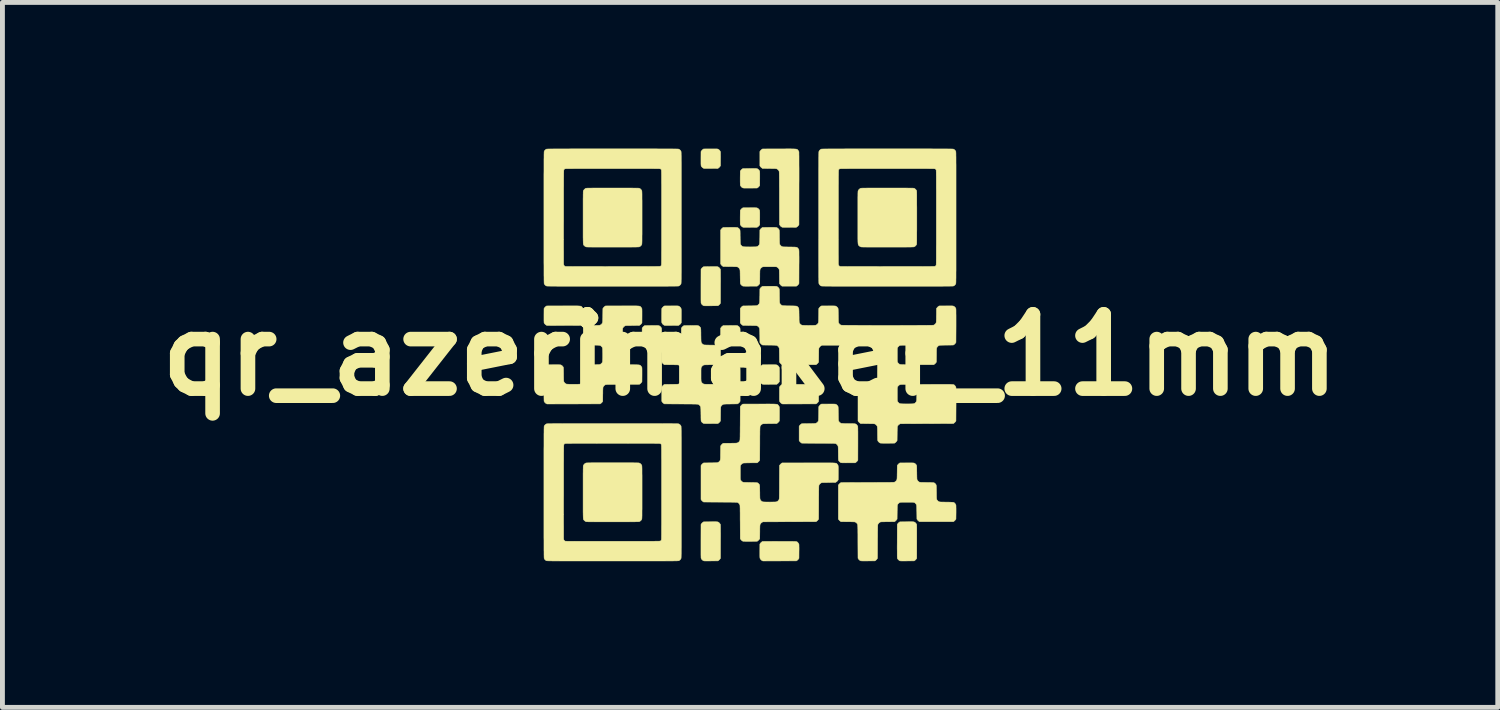
<source format=kicad_pcb>
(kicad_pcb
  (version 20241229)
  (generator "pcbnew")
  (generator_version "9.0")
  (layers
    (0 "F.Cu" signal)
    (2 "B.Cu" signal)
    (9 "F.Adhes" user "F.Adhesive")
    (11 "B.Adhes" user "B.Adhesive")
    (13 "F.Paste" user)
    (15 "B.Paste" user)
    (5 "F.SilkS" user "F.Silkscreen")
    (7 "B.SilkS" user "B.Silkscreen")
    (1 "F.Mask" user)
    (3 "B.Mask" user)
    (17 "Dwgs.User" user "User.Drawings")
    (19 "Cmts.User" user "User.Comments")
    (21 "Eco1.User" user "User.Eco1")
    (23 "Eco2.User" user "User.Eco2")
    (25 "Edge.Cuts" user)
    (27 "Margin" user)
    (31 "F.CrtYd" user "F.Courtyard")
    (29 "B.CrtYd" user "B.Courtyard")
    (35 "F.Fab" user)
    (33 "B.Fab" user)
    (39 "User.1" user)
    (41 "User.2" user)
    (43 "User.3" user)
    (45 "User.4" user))
  (footprint "qr_azerimaker_11mm"
    (layer "F.Cu")
    (at 12.344 4.236)
    (property "Reference" "qr_azerimaker_11mm" (at 0 0 0) (layer "F.SilkS") (effects (font (size 1.524 1.524) (thickness 0.3))))
    (attr through_hole)
    (fp_poly (pts (xy -3.602 -1.008) (xy -3.572 -1.008) (xy -3.547 -1.008) (xy -3.526 -1.007) (xy -3.509 -1.006) (xy -3.495 -1.005) (xy -3.484 -1.004) (xy -3.476 -1.002) (xy -3.469 -1) (xy -3.464 -0.997) (xy -3.46 -0.994) (xy -3.456 -0.991) (xy -3.453 -0.987) (xy -3.449 -0.983) (xy -3.447 -0.981) (xy -3.438 -0.969) (xy -3.431 -0.958) (xy -3.429 -0.951) (xy -3.428 -0.943) (xy -3.427 -0.929) (xy -3.426 -0.907) (xy -3.426 -0.879) (xy -3.426 -0.844) (xy -3.426 -0.803) (xy -3.426 -0.799) (xy -3.427 -0.661) (xy -3.438 -0.645) (xy -3.448 -0.633) (xy -3.46 -0.622) (xy -3.465 -0.619) (xy -3.48 -0.608) (xy -4.167 -0.606) (xy -4.183 -0.614) (xy -4.198 -0.624) (xy -4.212 -0.638) (xy -4.223 -0.653) (xy -4.228 -0.664) (xy -4.229 -0.671) (xy -4.229 -0.686) (xy -4.23 -0.707) (xy -4.23 -0.734) (xy -4.23 -0.767) (xy -4.23 -0.806) (xy -4.23 -0.815) (xy -4.229 -0.954) (xy -4.218 -0.969) (xy -4.208 -0.981) (xy -4.196 -0.993) (xy -4.191 -0.996) (xy -4.176 -1.007) (xy -3.834 -1.008) (xy -3.775 -1.008) (xy -3.723 -1.008) (xy -3.677 -1.008) (xy -3.636 -1.008) (xy -3.602 -1.008)) (stroke (width 0.01) (type solid)) (fill yes) (layer "F.SilkS"))
    (fp_poly (pts (xy 0.829 3.825) (xy 0.858 3.825) (xy 0.883 3.826) (xy 0.904 3.826) (xy 0.921 3.827) (xy 0.935 3.828) (xy 0.946 3.83) (xy 0.955 3.831) (xy 0.961 3.833) (xy 0.967 3.836) (xy 0.971 3.839) (xy 0.974 3.842) (xy 0.978 3.846) (xy 0.982 3.85) (xy 0.983 3.853) (xy 0.992 3.864) (xy 0.999 3.876) (xy 1.002 3.882) (xy 1.003 3.89) (xy 1.004 3.905) (xy 1.004 3.926) (xy 1.005 3.955) (xy 1.005 3.989) (xy 1.004 4.03) (xy 1.004 4.034) (xy 1.003 4.172) (xy 0.992 4.188) (xy 0.982 4.2) (xy 0.97 4.211) (xy 0.966 4.214) (xy 0.95 4.225) (xy 0.263 4.227) (xy 0.248 4.22) (xy 0.232 4.209) (xy 0.218 4.195) (xy 0.208 4.18) (xy 0.203 4.169) (xy 0.202 4.162) (xy 0.201 4.147) (xy 0.2 4.126) (xy 0.2 4.099) (xy 0.2 4.066) (xy 0.2 4.027) (xy 0.2 4.018) (xy 0.201 3.88) (xy 0.212 3.864) (xy 0.222 3.852) (xy 0.235 3.841) (xy 0.239 3.837) (xy 0.255 3.826) (xy 0.596 3.825) (xy 0.656 3.825) (xy 0.708 3.825) (xy 0.754 3.825) (xy 0.794 3.825) (xy 0.829 3.825)) (stroke (width 0.01) (type solid)) (fill yes) (layer "F.SilkS"))
    (fp_poly (pts (xy 1.231 0.603) (xy 1.261 0.603) (xy 1.286 0.603) (xy 1.307 0.604) (xy 1.324 0.605) (xy 1.338 0.606) (xy 1.349 0.607) (xy 1.358 0.609) (xy 1.364 0.611) (xy 1.369 0.614) (xy 1.374 0.617) (xy 1.377 0.62) (xy 1.381 0.624) (xy 1.384 0.628) (xy 1.386 0.63) (xy 1.395 0.642) (xy 1.402 0.653) (xy 1.404 0.66) (xy 1.406 0.668) (xy 1.406 0.683) (xy 1.407 0.704) (xy 1.407 0.732) (xy 1.407 0.767) (xy 1.407 0.808) (xy 1.407 0.812) (xy 1.406 0.95) (xy 1.395 0.966) (xy 1.385 0.978) (xy 1.373 0.989) (xy 1.368 0.992) (xy 1.353 1.003) (xy 1.009 1.004) (xy 0.666 1.005) (xy 0.65 0.997) (xy 0.635 0.987) (xy 0.621 0.973) (xy 0.61 0.958) (xy 0.606 0.947) (xy 0.605 0.94) (xy 0.604 0.925) (xy 0.603 0.904) (xy 0.603 0.877) (xy 0.603 0.844) (xy 0.603 0.805) (xy 0.603 0.796) (xy 0.604 0.657) (xy 0.615 0.642) (xy 0.625 0.63) (xy 0.637 0.618) (xy 0.642 0.615) (xy 0.657 0.604) (xy 0.999 0.603) (xy 1.058 0.603) (xy 1.111 0.603) (xy 1.157 0.603) (xy 1.197 0.603) (xy 1.231 0.603)) (stroke (width 0.01) (type solid)) (fill yes) (layer "F.SilkS"))
    (fp_poly (pts (xy -1.931 -0.605) (xy -1.912 -0.605) (xy -1.898 -0.605) (xy -1.886 -0.604) (xy -1.878 -0.603) (xy -1.872 -0.602) (xy -1.867 -0.601) (xy -1.866 -0.6) (xy -1.852 -0.592) (xy -1.838 -0.58) (xy -1.826 -0.565) (xy -1.818 -0.55) (xy -1.818 -0.548) (xy -1.817 -0.541) (xy -1.816 -0.526) (xy -1.815 -0.504) (xy -1.815 -0.476) (xy -1.815 -0.441) (xy -1.815 -0.401) (xy -1.815 -0.397) (xy -1.816 -0.258) (xy -1.827 -0.243) (xy -1.837 -0.231) (xy -1.849 -0.219) (xy -1.854 -0.216) (xy -1.869 -0.205) (xy -2.011 -0.204) (xy -2.047 -0.204) (xy -2.077 -0.204) (xy -2.1 -0.204) (xy -2.119 -0.204) (xy -2.133 -0.204) (xy -2.144 -0.205) (xy -2.152 -0.205) (xy -2.158 -0.207) (xy -2.163 -0.208) (xy -2.167 -0.21) (xy -2.169 -0.211) (xy -2.184 -0.221) (xy -2.198 -0.235) (xy -2.209 -0.25) (xy -2.214 -0.261) (xy -2.215 -0.269) (xy -2.216 -0.283) (xy -2.216 -0.304) (xy -2.216 -0.331) (xy -2.217 -0.365) (xy -2.216 -0.404) (xy -2.216 -0.412) (xy -2.215 -0.551) (xy -2.204 -0.567) (xy -2.194 -0.579) (xy -2.182 -0.59) (xy -2.178 -0.593) (xy -2.162 -0.604) (xy -2.022 -0.605) (xy -1.985 -0.605) (xy -1.955 -0.606) (xy -1.931 -0.605)) (stroke (width 0.01) (type solid)) (fill yes) (layer "F.SilkS"))
    (fp_poly (pts (xy -1.529 -1.008) (xy -1.509 -1.008) (xy -1.495 -1.008) (xy -1.484 -1.007) (xy -1.475 -1.006) (xy -1.469 -1.005) (xy -1.464 -1.003) (xy -1.463 -1.003) (xy -1.449 -0.995) (xy -1.435 -0.982) (xy -1.423 -0.968) (xy -1.416 -0.953) (xy -1.415 -0.951) (xy -1.414 -0.943) (xy -1.413 -0.929) (xy -1.412 -0.907) (xy -1.412 -0.879) (xy -1.412 -0.844) (xy -1.412 -0.803) (xy -1.412 -0.799) (xy -1.413 -0.661) (xy -1.424 -0.645) (xy -1.434 -0.633) (xy -1.447 -0.622) (xy -1.451 -0.619) (xy -1.467 -0.608) (xy -1.609 -0.607) (xy -1.645 -0.607) (xy -1.674 -0.606) (xy -1.698 -0.606) (xy -1.716 -0.607) (xy -1.73 -0.607) (xy -1.741 -0.607) (xy -1.749 -0.608) (xy -1.755 -0.609) (xy -1.76 -0.611) (xy -1.764 -0.612) (xy -1.766 -0.614) (xy -1.782 -0.624) (xy -1.796 -0.638) (xy -1.806 -0.653) (xy -1.811 -0.664) (xy -1.812 -0.671) (xy -1.813 -0.686) (xy -1.813 -0.707) (xy -1.814 -0.734) (xy -1.814 -0.767) (xy -1.814 -0.806) (xy -1.814 -0.815) (xy -1.812 -0.954) (xy -1.801 -0.969) (xy -1.791 -0.981) (xy -1.779 -0.993) (xy -1.775 -0.996) (xy -1.759 -1.007) (xy -1.619 -1.008) (xy -1.583 -1.008) (xy -1.553 -1.008) (xy -1.529 -1.008)) (stroke (width 0.01) (type solid)) (fill yes) (layer "F.SilkS"))
    (fp_poly (pts (xy -0.723 -4.23) (xy -0.704 -4.23) (xy -0.689 -4.23) (xy -0.678 -4.229) (xy -0.67 -4.228) (xy -0.663 -4.227) (xy -0.659 -4.226) (xy -0.658 -4.225) (xy -0.644 -4.217) (xy -0.63 -4.205) (xy -0.618 -4.19) (xy -0.61 -4.175) (xy -0.609 -4.173) (xy -0.608 -4.165) (xy -0.607 -4.151) (xy -0.607 -4.129) (xy -0.607 -4.101) (xy -0.606 -4.066) (xy -0.607 -4.026) (xy -0.607 -4.022) (xy -0.608 -3.883) (xy -0.619 -3.868) (xy -0.629 -3.856) (xy -0.641 -3.844) (xy -0.645 -3.841) (xy -0.661 -3.83) (xy -0.803 -3.829) (xy -0.839 -3.829) (xy -0.868 -3.829) (xy -0.892 -3.829) (xy -0.911 -3.829) (xy -0.925 -3.829) (xy -0.936 -3.83) (xy -0.944 -3.83) (xy -0.95 -3.831) (xy -0.954 -3.833) (xy -0.958 -3.835) (xy -0.961 -3.836) (xy -0.976 -3.846) (xy -0.99 -3.86) (xy -1.001 -3.875) (xy -1.005 -3.886) (xy -1.006 -3.894) (xy -1.007 -3.908) (xy -1.008 -3.929) (xy -1.008 -3.956) (xy -1.008 -3.99) (xy -1.008 -4.029) (xy -1.008 -4.037) (xy -1.007 -4.176) (xy -0.996 -4.191) (xy -0.986 -4.203) (xy -0.974 -4.215) (xy -0.969 -4.218) (xy -0.954 -4.229) (xy -0.813 -4.23) (xy -0.777 -4.23) (xy -0.747 -4.23) (xy -0.723 -4.23)) (stroke (width 0.01) (type solid)) (fill yes) (layer "F.SilkS"))
    (fp_poly (pts (xy -0.32 -0.605) (xy -0.301 -0.605) (xy -0.286 -0.605) (xy -0.275 -0.604) (xy -0.267 -0.603) (xy -0.261 -0.602) (xy -0.256 -0.601) (xy -0.255 -0.6) (xy -0.241 -0.592) (xy -0.227 -0.58) (xy -0.215 -0.565) (xy -0.207 -0.55) (xy -0.207 -0.548) (xy -0.206 -0.541) (xy -0.205 -0.526) (xy -0.204 -0.504) (xy -0.204 -0.476) (xy -0.204 -0.441) (xy -0.204 -0.401) (xy -0.204 -0.397) (xy -0.205 -0.258) (xy -0.216 -0.243) (xy -0.226 -0.231) (xy -0.238 -0.219) (xy -0.243 -0.216) (xy -0.258 -0.205) (xy -0.4 -0.204) (xy -0.436 -0.204) (xy -0.466 -0.204) (xy -0.489 -0.204) (xy -0.508 -0.204) (xy -0.522 -0.204) (xy -0.533 -0.205) (xy -0.541 -0.205) (xy -0.547 -0.207) (xy -0.552 -0.208) (xy -0.556 -0.21) (xy -0.558 -0.211) (xy -0.573 -0.221) (xy -0.587 -0.235) (xy -0.598 -0.25) (xy -0.603 -0.261) (xy -0.604 -0.269) (xy -0.604 -0.283) (xy -0.605 -0.304) (xy -0.605 -0.331) (xy -0.606 -0.365) (xy -0.605 -0.404) (xy -0.605 -0.412) (xy -0.604 -0.551) (xy -0.593 -0.567) (xy -0.583 -0.579) (xy -0.571 -0.59) (xy -0.567 -0.593) (xy -0.551 -0.604) (xy -0.411 -0.605) (xy -0.374 -0.605) (xy -0.344 -0.606) (xy -0.32 -0.605)) (stroke (width 0.01) (type solid)) (fill yes) (layer "F.SilkS"))
    (fp_poly (pts (xy 0.083 -3.828) (xy 0.102 -3.827) (xy 0.116 -3.827) (xy 0.128 -3.826) (xy 0.136 -3.825) (xy 0.142 -3.824) (xy 0.147 -3.823) (xy 0.148 -3.823) (xy 0.162 -3.814) (xy 0.176 -3.802) (xy 0.188 -3.787) (xy 0.196 -3.772) (xy 0.196 -3.77) (xy 0.197 -3.763) (xy 0.198 -3.748) (xy 0.199 -3.726) (xy 0.199 -3.698) (xy 0.199 -3.664) (xy 0.199 -3.623) (xy 0.199 -3.619) (xy 0.198 -3.48) (xy 0.187 -3.465) (xy 0.177 -3.453) (xy 0.164 -3.441) (xy 0.16 -3.438) (xy 0.145 -3.427) (xy 0.002 -3.426) (xy -0.033 -3.426) (xy -0.063 -3.426) (xy -0.086 -3.426) (xy -0.105 -3.426) (xy -0.119 -3.426) (xy -0.13 -3.427) (xy -0.138 -3.428) (xy -0.144 -3.429) (xy -0.149 -3.43) (xy -0.153 -3.432) (xy -0.155 -3.433) (xy -0.17 -3.443) (xy -0.184 -3.457) (xy -0.195 -3.473) (xy -0.2 -3.483) (xy -0.201 -3.491) (xy -0.202 -3.505) (xy -0.202 -3.526) (xy -0.203 -3.554) (xy -0.203 -3.587) (xy -0.203 -3.626) (xy -0.203 -3.635) (xy -0.201 -3.773) (xy -0.19 -3.789) (xy -0.18 -3.801) (xy -0.168 -3.812) (xy -0.164 -3.815) (xy -0.148 -3.826) (xy -0.008 -3.827) (xy 0.029 -3.828) (xy 0.058 -3.828) (xy 0.083 -3.828)) (stroke (width 0.01) (type solid)) (fill yes) (layer "F.SilkS"))
    (fp_poly (pts (xy 0.083 -3.022) (xy 0.102 -3.022) (xy 0.116 -3.021) (xy 0.128 -3.021) (xy 0.136 -3.02) (xy 0.142 -3.019) (xy 0.147 -3.017) (xy 0.148 -3.017) (xy 0.162 -3.009) (xy 0.176 -2.996) (xy 0.188 -2.982) (xy 0.196 -2.967) (xy 0.196 -2.965) (xy 0.197 -2.957) (xy 0.198 -2.942) (xy 0.199 -2.921) (xy 0.199 -2.893) (xy 0.199 -2.858) (xy 0.199 -2.817) (xy 0.199 -2.813) (xy 0.198 -2.675) (xy 0.187 -2.659) (xy 0.177 -2.647) (xy 0.164 -2.636) (xy 0.16 -2.633) (xy 0.145 -2.622) (xy 0.002 -2.621) (xy -0.033 -2.62) (xy -0.063 -2.62) (xy -0.086 -2.62) (xy -0.105 -2.62) (xy -0.119 -2.621) (xy -0.13 -2.621) (xy -0.138 -2.622) (xy -0.144 -2.623) (xy -0.149 -2.625) (xy -0.153 -2.626) (xy -0.155 -2.627) (xy -0.17 -2.638) (xy -0.184 -2.652) (xy -0.195 -2.667) (xy -0.2 -2.678) (xy -0.201 -2.685) (xy -0.202 -2.7) (xy -0.202 -2.721) (xy -0.203 -2.748) (xy -0.203 -2.781) (xy -0.203 -2.82) (xy -0.203 -2.829) (xy -0.201 -2.968) (xy -0.19 -2.983) (xy -0.18 -2.995) (xy -0.168 -3.007) (xy -0.164 -3.01) (xy -0.148 -3.021) (xy -0.008 -3.022) (xy 0.029 -3.022) (xy 0.058 -3.022) (xy 0.083 -3.022)) (stroke (width 0.01) (type solid)) (fill yes) (layer "F.SilkS"))
    (fp_poly (pts (xy 0.485 0.2) (xy 0.504 0.2) (xy 0.519 0.201) (xy 0.53 0.201) (xy 0.539 0.202) (xy 0.545 0.203) (xy 0.55 0.205) (xy 0.551 0.205) (xy 0.565 0.213) (xy 0.579 0.226) (xy 0.591 0.241) (xy 0.598 0.255) (xy 0.599 0.257) (xy 0.6 0.265) (xy 0.601 0.28) (xy 0.601 0.301) (xy 0.602 0.33) (xy 0.602 0.364) (xy 0.602 0.405) (xy 0.602 0.409) (xy 0.601 0.547) (xy 0.59 0.563) (xy 0.579 0.575) (xy 0.567 0.586) (xy 0.563 0.59) (xy 0.547 0.601) (xy 0.405 0.601) (xy 0.369 0.602) (xy 0.34 0.602) (xy 0.316 0.602) (xy 0.298 0.602) (xy 0.283 0.601) (xy 0.273 0.601) (xy 0.265 0.6) (xy 0.259 0.599) (xy 0.254 0.598) (xy 0.25 0.596) (xy 0.248 0.595) (xy 0.232 0.585) (xy 0.218 0.571) (xy 0.208 0.555) (xy 0.203 0.544) (xy 0.202 0.537) (xy 0.201 0.522) (xy 0.2 0.501) (xy 0.2 0.474) (xy 0.2 0.441) (xy 0.2 0.402) (xy 0.2 0.393) (xy 0.201 0.255) (xy 0.212 0.239) (xy 0.222 0.227) (xy 0.235 0.216) (xy 0.239 0.212) (xy 0.255 0.201) (xy 0.395 0.2) (xy 0.431 0.2) (xy 0.461 0.2) (xy 0.485 0.2)) (stroke (width 0.01) (type solid)) (fill yes) (layer "F.SilkS"))
    (fp_poly (pts (xy -0.723 -1.814) (xy -0.704 -1.814) (xy -0.689 -1.813) (xy -0.678 -1.813) (xy -0.67 -1.812) (xy -0.663 -1.81) (xy -0.659 -1.809) (xy -0.658 -1.809) (xy -0.644 -1.801) (xy -0.63 -1.788) (xy -0.618 -1.773) (xy -0.61 -1.759) (xy -0.609 -1.757) (xy -0.609 -1.75) (xy -0.608 -1.737) (xy -0.608 -1.717) (xy -0.607 -1.691) (xy -0.607 -1.657) (xy -0.607 -1.616) (xy -0.606 -1.568) (xy -0.606 -1.512) (xy -0.607 -1.45) (xy -0.607 -1.404) (xy -0.608 -1.064) (xy -0.619 -1.048) (xy -0.629 -1.036) (xy -0.641 -1.025) (xy -0.645 -1.022) (xy -0.661 -1.011) (xy -0.803 -1.01) (xy -0.839 -1.009) (xy -0.868 -1.009) (xy -0.892 -1.009) (xy -0.911 -1.009) (xy -0.925 -1.01) (xy -0.936 -1.01) (xy -0.944 -1.011) (xy -0.95 -1.012) (xy -0.954 -1.013) (xy -0.958 -1.015) (xy -0.961 -1.016) (xy -0.976 -1.027) (xy -0.99 -1.04) (xy -1.001 -1.056) (xy -1.005 -1.067) (xy -1.006 -1.073) (xy -1.007 -1.086) (xy -1.007 -1.107) (xy -1.008 -1.135) (xy -1.008 -1.17) (xy -1.008 -1.212) (xy -1.008 -1.261) (xy -1.008 -1.317) (xy -1.008 -1.38) (xy -1.008 -1.419) (xy -1.007 -1.759) (xy -0.996 -1.775) (xy -0.986 -1.787) (xy -0.974 -1.798) (xy -0.969 -1.801) (xy -0.954 -1.812) (xy -0.813 -1.814) (xy -0.777 -1.814) (xy -0.747 -1.814) (xy -0.723 -1.814)) (stroke (width 0.01) (type solid)) (fill yes) (layer "F.SilkS"))
    (fp_poly (pts (xy -0.723 3.422) (xy -0.704 3.422) (xy -0.689 3.423) (xy -0.678 3.424) (xy -0.67 3.424) (xy -0.663 3.426) (xy -0.659 3.427) (xy -0.658 3.427) (xy -0.644 3.435) (xy -0.63 3.448) (xy -0.618 3.463) (xy -0.61 3.477) (xy -0.609 3.479) (xy -0.609 3.486) (xy -0.608 3.499) (xy -0.608 3.519) (xy -0.607 3.546) (xy -0.607 3.579) (xy -0.607 3.62) (xy -0.606 3.669) (xy -0.606 3.724) (xy -0.607 3.786) (xy -0.607 3.832) (xy -0.608 4.172) (xy -0.619 4.188) (xy -0.629 4.2) (xy -0.641 4.211) (xy -0.645 4.214) (xy -0.661 4.225) (xy -0.803 4.226) (xy -0.839 4.227) (xy -0.868 4.227) (xy -0.892 4.227) (xy -0.911 4.227) (xy -0.925 4.226) (xy -0.936 4.226) (xy -0.944 4.225) (xy -0.95 4.224) (xy -0.954 4.223) (xy -0.958 4.221) (xy -0.961 4.22) (xy -0.976 4.209) (xy -0.99 4.196) (xy -1.001 4.18) (xy -1.005 4.169) (xy -1.006 4.163) (xy -1.007 4.15) (xy -1.007 4.129) (xy -1.008 4.101) (xy -1.008 4.066) (xy -1.008 4.024) (xy -1.008 3.975) (xy -1.008 3.919) (xy -1.008 3.856) (xy -1.008 3.817) (xy -1.007 3.477) (xy -0.996 3.461) (xy -0.986 3.449) (xy -0.974 3.438) (xy -0.969 3.435) (xy -0.954 3.424) (xy -0.813 3.423) (xy -0.777 3.422) (xy -0.747 3.422) (xy -0.723 3.422)) (stroke (width 0.01) (type solid)) (fill yes) (layer "F.SilkS"))
    (fp_poly (pts (xy 3.305 3.422) (xy 3.324 3.422) (xy 3.339 3.423) (xy 3.35 3.424) (xy 3.358 3.424) (xy 3.364 3.426) (xy 3.369 3.427) (xy 3.37 3.427) (xy 3.384 3.435) (xy 3.398 3.448) (xy 3.41 3.463) (xy 3.418 3.477) (xy 3.418 3.479) (xy 3.419 3.486) (xy 3.42 3.499) (xy 3.42 3.519) (xy 3.421 3.546) (xy 3.421 3.579) (xy 3.421 3.62) (xy 3.421 3.669) (xy 3.421 3.724) (xy 3.421 3.786) (xy 3.421 3.832) (xy 3.42 4.172) (xy 3.409 4.188) (xy 3.399 4.2) (xy 3.387 4.211) (xy 3.382 4.214) (xy 3.367 4.225) (xy 3.225 4.226) (xy 3.189 4.227) (xy 3.159 4.227) (xy 3.136 4.227) (xy 3.117 4.227) (xy 3.103 4.226) (xy 3.092 4.226) (xy 3.084 4.225) (xy 3.078 4.224) (xy 3.073 4.223) (xy 3.069 4.221) (xy 3.067 4.22) (xy 3.052 4.209) (xy 3.038 4.196) (xy 3.027 4.18) (xy 3.022 4.169) (xy 3.022 4.163) (xy 3.021 4.15) (xy 3.02 4.129) (xy 3.02 4.101) (xy 3.02 4.066) (xy 3.02 4.024) (xy 3.019 3.975) (xy 3.019 3.919) (xy 3.02 3.856) (xy 3.02 3.817) (xy 3.021 3.477) (xy 3.032 3.461) (xy 3.042 3.449) (xy 3.054 3.438) (xy 3.058 3.435) (xy 3.074 3.424) (xy 3.214 3.423) (xy 3.251 3.422) (xy 3.281 3.422) (xy 3.305 3.422)) (stroke (width 0.01) (type solid)) (fill yes) (layer "F.SilkS"))
    (fp_poly (pts (xy 0.829 -4.231) (xy 0.858 -4.23) (xy 0.883 -4.23) (xy 0.904 -4.229) (xy 0.921 -4.228) (xy 0.935 -4.227) (xy 0.946 -4.226) (xy 0.955 -4.224) (xy 0.961 -4.222) (xy 0.967 -4.22) (xy 0.971 -4.217) (xy 0.974 -4.213) (xy 0.978 -4.209) (xy 0.982 -4.205) (xy 0.983 -4.203) (xy 0.992 -4.191) (xy 0.999 -4.18) (xy 1.002 -4.173) (xy 1.002 -4.168) (xy 1.003 -4.157) (xy 1.003 -4.139) (xy 1.003 -4.115) (xy 1.004 -4.084) (xy 1.004 -4.047) (xy 1.004 -4.003) (xy 1.004 -3.952) (xy 1.004 -3.894) (xy 1.005 -3.83) (xy 1.005 -3.758) (xy 1.005 -3.68) (xy 1.005 -3.594) (xy 1.004 -3.501) (xy 1.004 -3.418) (xy 1.003 -2.675) (xy 0.992 -2.659) (xy 0.982 -2.647) (xy 0.97 -2.636) (xy 0.966 -2.633) (xy 0.95 -2.622) (xy 0.808 -2.621) (xy 0.77 -2.621) (xy 0.739 -2.621) (xy 0.713 -2.621) (xy 0.693 -2.621) (xy 0.678 -2.622) (xy 0.667 -2.622) (xy 0.66 -2.623) (xy 0.655 -2.625) (xy 0.655 -2.625) (xy 0.637 -2.636) (xy 0.621 -2.651) (xy 0.613 -2.663) (xy 0.604 -2.676) (xy 0.602 -3.219) (xy 0.602 -3.292) (xy 0.602 -3.359) (xy 0.602 -3.419) (xy 0.601 -3.472) (xy 0.601 -3.52) (xy 0.601 -3.563) (xy 0.601 -3.6) (xy 0.6 -3.633) (xy 0.6 -3.661) (xy 0.6 -3.685) (xy 0.599 -3.705) (xy 0.599 -3.722) (xy 0.599 -3.735) (xy 0.598 -3.746) (xy 0.598 -3.755) (xy 0.597 -3.762) (xy 0.596 -3.767) (xy 0.596 -3.771) (xy 0.595 -3.773) (xy 0.594 -3.776) (xy 0.58 -3.797) (xy 0.561 -3.814) (xy 0.553 -3.818) (xy 0.549 -3.82) (xy 0.545 -3.822) (xy 0.54 -3.823) (xy 0.533 -3.824) (xy 0.523 -3.825) (xy 0.511 -3.826) (xy 0.494 -3.827) (xy 0.472 -3.827) (xy 0.446 -3.827) (xy 0.412 -3.828) (xy 0.397 -3.828) (xy 0.255 -3.83) (xy 0.239 -3.841) (xy 0.227 -3.851) (xy 0.216 -3.863) (xy 0.212 -3.868) (xy 0.201 -3.883) (xy 0.201 -4.176) (xy 0.212 -4.191) (xy 0.222 -4.203) (xy 0.235 -4.215) (xy 0.239 -4.218) (xy 0.255 -4.229) (xy 0.596 -4.23) (xy 0.656 -4.23) (xy 0.708 -4.23) (xy 0.754 -4.231) (xy 0.794 -4.231) (xy 0.829 -4.231)) (stroke (width 0.01) (type solid)) (fill yes) (layer "F.SilkS"))
    (fp_poly (pts (xy -2.747 -3.427) (xy -2.679 -3.427) (xy -2.618 -3.427) (xy -2.563 -3.427) (xy -2.514 -3.427) (xy -2.471 -3.427) (xy -2.433 -3.427) (xy -2.4 -3.426) (xy -2.372 -3.426) (xy -2.348 -3.426) (xy -2.328 -3.425) (xy -2.312 -3.425) (xy -2.299 -3.425) (xy -2.289 -3.424) (xy -2.282 -3.424) (xy -2.277 -3.423) (xy -2.274 -3.422) (xy -2.257 -3.414) (xy -2.242 -3.4) (xy -2.229 -3.385) (xy -2.224 -3.376) (xy -2.223 -3.374) (xy -2.222 -3.371) (xy -2.221 -3.368) (xy -2.221 -3.363) (xy -2.22 -3.356) (xy -2.22 -3.348) (xy -2.219 -3.337) (xy -2.219 -3.324) (xy -2.218 -3.308) (xy -2.218 -3.288) (xy -2.218 -3.265) (xy -2.218 -3.237) (xy -2.218 -3.205) (xy -2.217 -3.169) (xy -2.217 -3.127) (xy -2.217 -3.08) (xy -2.217 -3.027) (xy -2.217 -2.968) (xy -2.217 -2.902) (xy -2.217 -2.83) (xy -2.217 -2.821) (xy -2.217 -2.748) (xy -2.217 -2.682) (xy -2.217 -2.622) (xy -2.217 -2.568) (xy -2.217 -2.52) (xy -2.217 -2.478) (xy -2.218 -2.441) (xy -2.218 -2.409) (xy -2.218 -2.381) (xy -2.218 -2.357) (xy -2.218 -2.337) (xy -2.219 -2.32) (xy -2.219 -2.307) (xy -2.22 -2.296) (xy -2.22 -2.287) (xy -2.221 -2.281) (xy -2.221 -2.275) (xy -2.222 -2.272) (xy -2.223 -2.269) (xy -2.224 -2.267) (xy -2.224 -2.266) (xy -2.236 -2.248) (xy -2.253 -2.232) (xy -2.27 -2.222) (xy -2.272 -2.221) (xy -2.275 -2.22) (xy -2.279 -2.219) (xy -2.284 -2.219) (xy -2.29 -2.218) (xy -2.299 -2.218) (xy -2.31 -2.217) (xy -2.324 -2.217) (xy -2.341 -2.216) (xy -2.361 -2.216) (xy -2.386 -2.216) (xy -2.414 -2.216) (xy -2.447 -2.215) (xy -2.484 -2.215) (xy -2.527 -2.215) (xy -2.576 -2.215) (xy -2.63 -2.215) (xy -2.691 -2.215) (xy -2.758 -2.215) (xy -2.812 -2.215) (xy -2.874 -2.215) (xy -2.933 -2.215) (xy -2.991 -2.215) (xy -3.046 -2.215) (xy -3.098 -2.215) (xy -3.146 -2.215) (xy -3.19 -2.215) (xy -3.23 -2.215) (xy -3.265 -2.216) (xy -3.295 -2.216) (xy -3.32 -2.216) (xy -3.338 -2.217) (xy -3.35 -2.217) (xy -3.355 -2.217) (xy -3.375 -2.223) (xy -3.392 -2.234) (xy -3.404 -2.245) (xy -3.407 -2.249) (xy -3.41 -2.251) (xy -3.413 -2.254) (xy -3.415 -2.257) (xy -3.417 -2.261) (xy -3.419 -2.266) (xy -3.42 -2.272) (xy -3.422 -2.28) (xy -3.423 -2.29) (xy -3.424 -2.302) (xy -3.425 -2.317) (xy -3.425 -2.335) (xy -3.426 -2.357) (xy -3.426 -2.383) (xy -3.427 -2.412) (xy -3.427 -2.447) (xy -3.427 -2.486) (xy -3.427 -2.53) (xy -3.427 -2.58) (xy -3.427 -2.636) (xy -3.427 -2.698) (xy -3.427 -2.767) (xy -3.427 -2.821) (xy -3.427 -2.896) (xy -3.427 -2.963) (xy -3.427 -3.024) (xy -3.427 -3.079) (xy -3.427 -3.127) (xy -3.427 -3.171) (xy -3.427 -3.208) (xy -3.426 -3.241) (xy -3.426 -3.27) (xy -3.426 -3.293) (xy -3.425 -3.313) (xy -3.425 -3.33) (xy -3.425 -3.343) (xy -3.424 -3.353) (xy -3.424 -3.36) (xy -3.423 -3.365) (xy -3.422 -3.369) (xy -3.422 -3.369) (xy -3.413 -3.385) (xy -3.4 -3.401) (xy -3.383 -3.414) (xy -3.372 -3.421) (xy -3.369 -3.422) (xy -3.366 -3.422) (xy -3.362 -3.423) (xy -3.356 -3.424) (xy -3.35 -3.424) (xy -3.341 -3.425) (xy -3.329 -3.425) (xy -3.315 -3.426) (xy -3.298 -3.426) (xy -3.278 -3.426) (xy -3.254 -3.426) (xy -3.226 -3.427) (xy -3.193 -3.427) (xy -3.155 -3.427) (xy -3.113 -3.427) (xy -3.064 -3.427) (xy -3.01 -3.427) (xy -2.95 -3.427) (xy -2.883 -3.427) (xy -2.821 -3.427) (xy -2.747 -3.427)) (stroke (width 0.01) (type solid)) (fill yes) (layer "F.SilkS"))
    (fp_poly (pts (xy -2.747 2.212) (xy -2.679 2.212) (xy -2.618 2.212) (xy -2.563 2.212) (xy -2.514 2.212) (xy -2.471 2.212) (xy -2.433 2.212) (xy -2.4 2.212) (xy -2.372 2.213) (xy -2.348 2.213) (xy -2.328 2.213) (xy -2.312 2.214) (xy -2.299 2.214) (xy -2.289 2.215) (xy -2.282 2.215) (xy -2.277 2.216) (xy -2.274 2.217) (xy -2.257 2.225) (xy -2.242 2.238) (xy -2.229 2.254) (xy -2.224 2.262) (xy -2.223 2.265) (xy -2.222 2.267) (xy -2.221 2.271) (xy -2.221 2.276) (xy -2.22 2.282) (xy -2.22 2.291) (xy -2.219 2.301) (xy -2.219 2.315) (xy -2.218 2.331) (xy -2.218 2.351) (xy -2.218 2.374) (xy -2.218 2.402) (xy -2.218 2.433) (xy -2.217 2.47) (xy -2.217 2.512) (xy -2.217 2.559) (xy -2.217 2.612) (xy -2.217 2.671) (xy -2.217 2.737) (xy -2.217 2.809) (xy -2.217 2.818) (xy -2.217 2.891) (xy -2.217 2.957) (xy -2.217 3.017) (xy -2.217 3.071) (xy -2.217 3.118) (xy -2.217 3.161) (xy -2.218 3.198) (xy -2.218 3.23) (xy -2.218 3.258) (xy -2.218 3.282) (xy -2.218 3.302) (xy -2.219 3.318) (xy -2.219 3.332) (xy -2.22 3.343) (xy -2.22 3.352) (xy -2.221 3.358) (xy -2.221 3.363) (xy -2.222 3.367) (xy -2.223 3.37) (xy -2.224 3.372) (xy -2.224 3.373) (xy -2.236 3.391) (xy -2.253 3.407) (xy -2.27 3.417) (xy -2.272 3.418) (xy -2.275 3.419) (xy -2.279 3.419) (xy -2.284 3.42) (xy -2.29 3.421) (xy -2.299 3.421) (xy -2.31 3.422) (xy -2.324 3.422) (xy -2.341 3.422) (xy -2.361 3.423) (xy -2.386 3.423) (xy -2.414 3.423) (xy -2.447 3.423) (xy -2.484 3.424) (xy -2.527 3.424) (xy -2.576 3.424) (xy -2.63 3.424) (xy -2.691 3.424) (xy -2.758 3.424) (xy -2.812 3.424) (xy -2.874 3.424) (xy -2.933 3.424) (xy -2.991 3.424) (xy -3.046 3.424) (xy -3.098 3.424) (xy -3.146 3.424) (xy -3.19 3.424) (xy -3.23 3.423) (xy -3.265 3.423) (xy -3.295 3.423) (xy -3.32 3.423) (xy -3.338 3.422) (xy -3.35 3.422) (xy -3.355 3.422) (xy -3.375 3.416) (xy -3.392 3.405) (xy -3.404 3.393) (xy -3.407 3.39) (xy -3.41 3.387) (xy -3.413 3.385) (xy -3.415 3.381) (xy -3.417 3.378) (xy -3.419 3.373) (xy -3.42 3.367) (xy -3.422 3.359) (xy -3.423 3.349) (xy -3.424 3.337) (xy -3.425 3.322) (xy -3.425 3.303) (xy -3.426 3.282) (xy -3.426 3.256) (xy -3.427 3.226) (xy -3.427 3.192) (xy -3.427 3.153) (xy -3.427 3.109) (xy -3.427 3.059) (xy -3.427 3.003) (xy -3.427 2.941) (xy -3.427 2.872) (xy -3.427 2.818) (xy -3.427 2.743) (xy -3.427 2.676) (xy -3.427 2.615) (xy -3.427 2.56) (xy -3.427 2.511) (xy -3.427 2.468) (xy -3.427 2.43) (xy -3.426 2.398) (xy -3.426 2.369) (xy -3.426 2.345) (xy -3.425 2.325) (xy -3.425 2.309) (xy -3.425 2.296) (xy -3.424 2.286) (xy -3.424 2.278) (xy -3.423 2.273) (xy -3.422 2.27) (xy -3.422 2.27) (xy -3.413 2.253) (xy -3.4 2.237) (xy -3.383 2.224) (xy -3.372 2.218) (xy -3.369 2.217) (xy -3.366 2.216) (xy -3.362 2.216) (xy -3.356 2.215) (xy -3.35 2.214) (xy -3.341 2.214) (xy -3.329 2.214) (xy -3.315 2.213) (xy -3.298 2.213) (xy -3.278 2.213) (xy -3.254 2.212) (xy -3.226 2.212) (xy -3.193 2.212) (xy -3.155 2.212) (xy -3.113 2.212) (xy -3.064 2.212) (xy -3.01 2.212) (xy -2.95 2.212) (xy -2.883 2.212) (xy -2.821 2.212) (xy -2.747 2.212)) (stroke (width 0.01) (type solid)) (fill yes) (layer "F.SilkS"))
    (fp_poly (pts (xy 2.892 -3.427) (xy 2.96 -3.427) (xy 3.021 -3.427) (xy 3.076 -3.427) (xy 3.124 -3.427) (xy 3.168 -3.427) (xy 3.205 -3.427) (xy 3.238 -3.426) (xy 3.267 -3.426) (xy 3.291 -3.426) (xy 3.311 -3.425) (xy 3.327 -3.425) (xy 3.34 -3.425) (xy 3.35 -3.424) (xy 3.357 -3.424) (xy 3.362 -3.423) (xy 3.365 -3.422) (xy 3.381 -3.414) (xy 3.397 -3.4) (xy 3.41 -3.385) (xy 3.415 -3.376) (xy 3.416 -3.374) (xy 3.417 -3.371) (xy 3.417 -3.368) (xy 3.418 -3.363) (xy 3.419 -3.356) (xy 3.419 -3.348) (xy 3.42 -3.337) (xy 3.42 -3.324) (xy 3.42 -3.308) (xy 3.421 -3.288) (xy 3.421 -3.265) (xy 3.421 -3.237) (xy 3.421 -3.205) (xy 3.421 -3.169) (xy 3.421 -3.127) (xy 3.421 -3.08) (xy 3.422 -3.027) (xy 3.422 -2.968) (xy 3.422 -2.902) (xy 3.422 -2.83) (xy 3.422 -2.821) (xy 3.422 -2.748) (xy 3.422 -2.682) (xy 3.422 -2.622) (xy 3.422 -2.568) (xy 3.421 -2.52) (xy 3.421 -2.478) (xy 3.421 -2.441) (xy 3.421 -2.409) (xy 3.421 -2.381) (xy 3.421 -2.357) (xy 3.42 -2.337) (xy 3.42 -2.32) (xy 3.42 -2.307) (xy 3.419 -2.296) (xy 3.419 -2.287) (xy 3.418 -2.281) (xy 3.418 -2.275) (xy 3.417 -2.272) (xy 3.416 -2.269) (xy 3.415 -2.267) (xy 3.415 -2.266) (xy 3.403 -2.248) (xy 3.386 -2.232) (xy 3.369 -2.222) (xy 3.367 -2.221) (xy 3.364 -2.22) (xy 3.36 -2.219) (xy 3.355 -2.219) (xy 3.348 -2.218) (xy 3.34 -2.218) (xy 3.329 -2.217) (xy 3.315 -2.217) (xy 3.298 -2.216) (xy 3.277 -2.216) (xy 3.253 -2.216) (xy 3.225 -2.216) (xy 3.192 -2.215) (xy 3.155 -2.215) (xy 3.112 -2.215) (xy 3.063 -2.215) (xy 3.009 -2.215) (xy 2.948 -2.215) (xy 2.881 -2.215) (xy 2.827 -2.215) (xy 2.765 -2.215) (xy 2.705 -2.215) (xy 2.648 -2.215) (xy 2.593 -2.215) (xy 2.541 -2.215) (xy 2.493 -2.215) (xy 2.449 -2.215) (xy 2.409 -2.215) (xy 2.374 -2.216) (xy 2.343 -2.216) (xy 2.319 -2.216) (xy 2.301 -2.217) (xy 2.289 -2.217) (xy 2.284 -2.217) (xy 2.263 -2.223) (xy 2.247 -2.234) (xy 2.234 -2.245) (xy 2.231 -2.249) (xy 2.229 -2.251) (xy 2.226 -2.254) (xy 2.224 -2.257) (xy 2.222 -2.261) (xy 2.22 -2.266) (xy 2.219 -2.272) (xy 2.217 -2.28) (xy 2.216 -2.29) (xy 2.215 -2.302) (xy 2.214 -2.317) (xy 2.213 -2.335) (xy 2.213 -2.357) (xy 2.212 -2.383) (xy 2.212 -2.412) (xy 2.212 -2.447) (xy 2.212 -2.486) (xy 2.212 -2.53) (xy 2.212 -2.58) (xy 2.212 -2.636) (xy 2.212 -2.698) (xy 2.212 -2.767) (xy 2.212 -2.821) (xy 2.212 -2.896) (xy 2.212 -2.963) (xy 2.212 -3.024) (xy 2.212 -3.079) (xy 2.212 -3.127) (xy 2.212 -3.171) (xy 2.212 -3.208) (xy 2.212 -3.241) (xy 2.213 -3.27) (xy 2.213 -3.293) (xy 2.213 -3.313) (xy 2.214 -3.33) (xy 2.214 -3.343) (xy 2.215 -3.353) (xy 2.215 -3.36) (xy 2.216 -3.365) (xy 2.217 -3.369) (xy 2.217 -3.369) (xy 2.225 -3.385) (xy 2.239 -3.401) (xy 2.255 -3.414) (xy 2.267 -3.421) (xy 2.27 -3.422) (xy 2.273 -3.422) (xy 2.277 -3.423) (xy 2.282 -3.424) (xy 2.289 -3.424) (xy 2.298 -3.425) (xy 2.309 -3.425) (xy 2.323 -3.426) (xy 2.34 -3.426) (xy 2.361 -3.426) (xy 2.385 -3.426) (xy 2.413 -3.427) (xy 2.446 -3.427) (xy 2.483 -3.427) (xy 2.526 -3.427) (xy 2.574 -3.427) (xy 2.628 -3.427) (xy 2.689 -3.427) (xy 2.756 -3.427) (xy 2.818 -3.427) (xy 2.892 -3.427)) (stroke (width 0.01) (type solid)) (fill yes) (layer "F.SilkS"))
    (fp_poly (pts (xy 1.68 1.006) (xy 1.709 1.006) (xy 1.73 1.007) (xy 1.745 1.007) (xy 1.753 1.009) (xy 1.754 1.009) (xy 1.77 1.016) (xy 1.786 1.03) (xy 1.799 1.046) (xy 1.801 1.048) (xy 1.803 1.052) (xy 1.804 1.055) (xy 1.806 1.06) (xy 1.807 1.066) (xy 1.808 1.075) (xy 1.808 1.086) (xy 1.809 1.102) (xy 1.809 1.122) (xy 1.81 1.147) (xy 1.81 1.178) (xy 1.811 1.203) (xy 1.811 1.239) (xy 1.812 1.268) (xy 1.812 1.292) (xy 1.813 1.31) (xy 1.813 1.324) (xy 1.814 1.335) (xy 1.815 1.343) (xy 1.816 1.349) (xy 1.818 1.353) (xy 1.819 1.357) (xy 1.82 1.359) (xy 1.835 1.38) (xy 1.855 1.395) (xy 1.863 1.4) (xy 1.868 1.401) (xy 1.873 1.403) (xy 1.88 1.404) (xy 1.89 1.405) (xy 1.903 1.405) (xy 1.92 1.406) (xy 1.941 1.407) (xy 1.968 1.407) (xy 2.002 1.408) (xy 2.017 1.408) (xy 2.055 1.408) (xy 2.085 1.409) (xy 2.11 1.409) (xy 2.13 1.41) (xy 2.145 1.411) (xy 2.157 1.413) (xy 2.166 1.415) (xy 2.173 1.419) (xy 2.179 1.422) (xy 2.184 1.427) (xy 2.19 1.433) (xy 2.193 1.438) (xy 2.201 1.449) (xy 2.208 1.46) (xy 2.21 1.466) (xy 2.211 1.472) (xy 2.211 1.486) (xy 2.212 1.506) (xy 2.212 1.534) (xy 2.213 1.569) (xy 2.213 1.611) (xy 2.213 1.66) (xy 2.213 1.716) (xy 2.213 1.779) (xy 2.213 1.819) (xy 2.212 2.158) (xy 2.201 2.174) (xy 2.191 2.186) (xy 2.178 2.197) (xy 2.174 2.201) (xy 2.158 2.212) (xy 2.016 2.212) (xy 1.978 2.213) (xy 1.947 2.213) (xy 1.922 2.212) (xy 1.902 2.212) (xy 1.887 2.212) (xy 1.876 2.211) (xy 1.868 2.21) (xy 1.864 2.209) (xy 1.863 2.208) (xy 1.846 2.198) (xy 1.829 2.182) (xy 1.821 2.171) (xy 1.819 2.167) (xy 1.817 2.163) (xy 1.816 2.159) (xy 1.814 2.153) (xy 1.814 2.144) (xy 1.813 2.132) (xy 1.812 2.117) (xy 1.812 2.097) (xy 1.811 2.071) (xy 1.811 2.04) (xy 1.811 2.017) (xy 1.81 1.981) (xy 1.81 1.952) (xy 1.809 1.928) (xy 1.809 1.909) (xy 1.808 1.895) (xy 1.807 1.884) (xy 1.806 1.876) (xy 1.805 1.87) (xy 1.803 1.865) (xy 1.802 1.863) (xy 1.789 1.842) (xy 1.77 1.825) (xy 1.762 1.82) (xy 1.759 1.819) (xy 1.757 1.818) (xy 1.753 1.817) (xy 1.749 1.816) (xy 1.743 1.815) (xy 1.735 1.814) (xy 1.725 1.814) (xy 1.712 1.813) (xy 1.696 1.813) (xy 1.676 1.813) (xy 1.652 1.812) (xy 1.623 1.812) (xy 1.589 1.812) (xy 1.55 1.811) (xy 1.505 1.811) (xy 1.453 1.811) (xy 1.404 1.811) (xy 1.06 1.809) (xy 1.045 1.798) (xy 1.033 1.788) (xy 1.021 1.776) (xy 1.018 1.771) (xy 1.007 1.756) (xy 1.007 1.463) (xy 1.018 1.447) (xy 1.028 1.435) (xy 1.04 1.424) (xy 1.045 1.421) (xy 1.06 1.41) (xy 1.2 1.408) (xy 1.236 1.407) (xy 1.265 1.407) (xy 1.289 1.406) (xy 1.307 1.406) (xy 1.322 1.405) (xy 1.333 1.404) (xy 1.341 1.403) (xy 1.347 1.402) (xy 1.352 1.401) (xy 1.356 1.399) (xy 1.357 1.398) (xy 1.378 1.385) (xy 1.394 1.366) (xy 1.4 1.355) (xy 1.401 1.351) (xy 1.403 1.346) (xy 1.404 1.338) (xy 1.405 1.329) (xy 1.405 1.316) (xy 1.406 1.299) (xy 1.407 1.277) (xy 1.407 1.25) (xy 1.408 1.217) (xy 1.408 1.2) (xy 1.41 1.06) (xy 1.421 1.045) (xy 1.431 1.033) (xy 1.443 1.021) (xy 1.447 1.018) (xy 1.463 1.007) (xy 1.601 1.006) (xy 1.644 1.006) (xy 1.68 1.006)) (stroke (width 0.01) (type solid)) (fill yes) (layer "F.SilkS"))
    (fp_poly (pts (xy 0.472 -2.619) (xy 0.5 -2.619) (xy 0.522 -2.618) (xy 0.537 -2.617) (xy 0.545 -2.616) (xy 0.545 -2.616) (xy 0.561 -2.608) (xy 0.577 -2.595) (xy 0.591 -2.579) (xy 0.592 -2.577) (xy 0.594 -2.573) (xy 0.596 -2.57) (xy 0.597 -2.565) (xy 0.599 -2.559) (xy 0.599 -2.55) (xy 0.6 -2.539) (xy 0.601 -2.523) (xy 0.601 -2.503) (xy 0.602 -2.478) (xy 0.602 -2.447) (xy 0.602 -2.422) (xy 0.603 -2.386) (xy 0.603 -2.357) (xy 0.604 -2.333) (xy 0.604 -2.315) (xy 0.605 -2.301) (xy 0.606 -2.29) (xy 0.607 -2.282) (xy 0.608 -2.276) (xy 0.609 -2.272) (xy 0.611 -2.268) (xy 0.612 -2.266) (xy 0.627 -2.245) (xy 0.647 -2.23) (xy 0.655 -2.225) (xy 0.659 -2.224) (xy 0.665 -2.222) (xy 0.672 -2.221) (xy 0.682 -2.22) (xy 0.694 -2.219) (xy 0.711 -2.219) (xy 0.733 -2.218) (xy 0.76 -2.218) (xy 0.793 -2.217) (xy 0.809 -2.217) (xy 0.846 -2.217) (xy 0.877 -2.216) (xy 0.902 -2.216) (xy 0.921 -2.215) (xy 0.937 -2.213) (xy 0.949 -2.212) (xy 0.958 -2.209) (xy 0.965 -2.206) (xy 0.971 -2.202) (xy 0.976 -2.198) (xy 0.981 -2.191) (xy 0.985 -2.187) (xy 0.993 -2.176) (xy 1 -2.164) (xy 1.002 -2.159) (xy 1.002 -2.153) (xy 1.003 -2.139) (xy 1.004 -2.119) (xy 1.004 -2.091) (xy 1.004 -2.056) (xy 1.005 -2.014) (xy 1.005 -1.965) (xy 1.005 -1.909) (xy 1.004 -1.846) (xy 1.004 -1.806) (xy 1.003 -1.467) (xy 0.992 -1.451) (xy 0.982 -1.439) (xy 0.97 -1.428) (xy 0.966 -1.424) (xy 0.95 -1.413) (xy 0.657 -1.413) (xy 0.642 -1.424) (xy 0.63 -1.434) (xy 0.618 -1.447) (xy 0.615 -1.451) (xy 0.604 -1.467) (xy 0.602 -1.607) (xy 0.602 -1.643) (xy 0.601 -1.673) (xy 0.601 -1.697) (xy 0.6 -1.715) (xy 0.6 -1.73) (xy 0.599 -1.741) (xy 0.598 -1.749) (xy 0.596 -1.755) (xy 0.595 -1.76) (xy 0.594 -1.762) (xy 0.581 -1.783) (xy 0.561 -1.8) (xy 0.553 -1.805) (xy 0.549 -1.807) (xy 0.545 -1.808) (xy 0.54 -1.81) (xy 0.534 -1.811) (xy 0.524 -1.811) (xy 0.512 -1.812) (xy 0.496 -1.812) (xy 0.475 -1.812) (xy 0.448 -1.812) (xy 0.415 -1.812) (xy 0.401 -1.812) (xy 0.366 -1.812) (xy 0.337 -1.812) (xy 0.314 -1.812) (xy 0.296 -1.812) (xy 0.282 -1.812) (xy 0.272 -1.811) (xy 0.264 -1.81) (xy 0.258 -1.809) (xy 0.254 -1.807) (xy 0.25 -1.805) (xy 0.249 -1.805) (xy 0.227 -1.789) (xy 0.211 -1.768) (xy 0.208 -1.763) (xy 0.206 -1.76) (xy 0.205 -1.755) (xy 0.204 -1.749) (xy 0.203 -1.741) (xy 0.202 -1.729) (xy 0.201 -1.714) (xy 0.201 -1.694) (xy 0.2 -1.669) (xy 0.2 -1.638) (xy 0.2 -1.609) (xy 0.198 -1.467) (xy 0.187 -1.451) (xy 0.177 -1.439) (xy 0.164 -1.428) (xy 0.16 -1.424) (xy 0.145 -1.413) (xy 0.002 -1.413) (xy -0.036 -1.412) (xy -0.067 -1.412) (xy -0.092 -1.412) (xy -0.112 -1.413) (xy -0.127 -1.413) (xy -0.138 -1.414) (xy -0.146 -1.415) (xy -0.15 -1.416) (xy -0.151 -1.416) (xy -0.168 -1.427) (xy -0.184 -1.443) (xy -0.193 -1.454) (xy -0.195 -1.458) (xy -0.197 -1.462) (xy -0.198 -1.466) (xy -0.199 -1.472) (xy -0.2 -1.481) (xy -0.201 -1.493) (xy -0.202 -1.508) (xy -0.202 -1.528) (xy -0.202 -1.553) (xy -0.203 -1.585) (xy -0.203 -1.607) (xy -0.204 -1.644) (xy -0.204 -1.673) (xy -0.205 -1.697) (xy -0.205 -1.716) (xy -0.206 -1.73) (xy -0.207 -1.741) (xy -0.208 -1.749) (xy -0.209 -1.755) (xy -0.211 -1.76) (xy -0.212 -1.762) (xy -0.225 -1.783) (xy -0.244 -1.8) (xy -0.252 -1.805) (xy -0.256 -1.807) (xy -0.26 -1.808) (xy -0.266 -1.81) (xy -0.273 -1.811) (xy -0.282 -1.811) (xy -0.295 -1.812) (xy -0.312 -1.813) (xy -0.333 -1.813) (xy -0.36 -1.814) (xy -0.393 -1.814) (xy -0.409 -1.814) (xy -0.551 -1.816) (xy -0.567 -1.827) (xy -0.579 -1.837) (xy -0.59 -1.849) (xy -0.593 -1.854) (xy -0.604 -1.869) (xy -0.604 -2.565) (xy -0.593 -2.58) (xy -0.583 -2.592) (xy -0.571 -2.604) (xy -0.567 -2.607) (xy -0.551 -2.618) (xy -0.412 -2.619) (xy -0.37 -2.619) (xy -0.334 -2.619) (xy -0.305 -2.619) (xy -0.283 -2.618) (xy -0.269 -2.617) (xy -0.26 -2.616) (xy -0.26 -2.616) (xy -0.244 -2.608) (xy -0.228 -2.595) (xy -0.215 -2.579) (xy -0.213 -2.577) (xy -0.211 -2.573) (xy -0.209 -2.57) (xy -0.208 -2.565) (xy -0.207 -2.559) (xy -0.206 -2.55) (xy -0.205 -2.539) (xy -0.205 -2.523) (xy -0.204 -2.503) (xy -0.204 -2.478) (xy -0.204 -2.447) (xy -0.203 -2.422) (xy -0.203 -2.386) (xy -0.202 -2.357) (xy -0.202 -2.333) (xy -0.201 -2.315) (xy -0.201 -2.301) (xy -0.2 -2.29) (xy -0.199 -2.282) (xy -0.198 -2.276) (xy -0.196 -2.271) (xy -0.194 -2.267) (xy -0.193 -2.266) (xy -0.181 -2.248) (xy -0.164 -2.233) (xy -0.146 -2.224) (xy -0.139 -2.222) (xy -0.124 -2.221) (xy -0.105 -2.22) (xy -0.082 -2.219) (xy -0.056 -2.219) (xy -0.027 -2.219) (xy 0.002 -2.218) (xy 0.031 -2.219) (xy 0.059 -2.219) (xy 0.084 -2.22) (xy 0.107 -2.22) (xy 0.125 -2.221) (xy 0.137 -2.223) (xy 0.143 -2.224) (xy 0.161 -2.234) (xy 0.178 -2.249) (xy 0.19 -2.267) (xy 0.19 -2.268) (xy 0.192 -2.272) (xy 0.194 -2.277) (xy 0.195 -2.283) (xy 0.196 -2.291) (xy 0.197 -2.302) (xy 0.198 -2.316) (xy 0.198 -2.334) (xy 0.199 -2.357) (xy 0.199 -2.385) (xy 0.2 -2.42) (xy 0.2 -2.424) (xy 0.201 -2.565) (xy 0.212 -2.58) (xy 0.222 -2.592) (xy 0.235 -2.604) (xy 0.239 -2.607) (xy 0.255 -2.618) (xy 0.393 -2.619) (xy 0.436 -2.619) (xy 0.472 -2.619)) (stroke (width 0.01) (type solid)) (fill yes) (layer "F.SilkS"))
    (fp_poly (pts (xy 3.291 2.214) (xy 3.32 2.214) (xy 3.341 2.215) (xy 3.356 2.216) (xy 3.364 2.217) (xy 3.365 2.217) (xy 3.381 2.225) (xy 3.397 2.238) (xy 3.41 2.254) (xy 3.412 2.256) (xy 3.414 2.26) (xy 3.415 2.264) (xy 3.417 2.268) (xy 3.418 2.274) (xy 3.419 2.283) (xy 3.42 2.294) (xy 3.42 2.31) (xy 3.421 2.33) (xy 3.421 2.355) (xy 3.421 2.387) (xy 3.422 2.411) (xy 3.422 2.447) (xy 3.423 2.476) (xy 3.423 2.5) (xy 3.424 2.518) (xy 3.424 2.533) (xy 3.425 2.543) (xy 3.426 2.551) (xy 3.427 2.557) (xy 3.429 2.562) (xy 3.431 2.566) (xy 3.431 2.567) (xy 3.447 2.588) (xy 3.466 2.604) (xy 3.474 2.608) (xy 3.479 2.61) (xy 3.484 2.611) (xy 3.491 2.612) (xy 3.501 2.613) (xy 3.514 2.614) (xy 3.531 2.614) (xy 3.552 2.615) (xy 3.58 2.615) (xy 3.613 2.616) (xy 3.629 2.616) (xy 3.666 2.617) (xy 3.696 2.617) (xy 3.721 2.618) (xy 3.74 2.619) (xy 3.755 2.62) (xy 3.767 2.621) (xy 3.776 2.623) (xy 3.783 2.626) (xy 3.788 2.629) (xy 3.793 2.633) (xy 3.798 2.639) (xy 3.8 2.64) (xy 3.805 2.646) (xy 3.81 2.652) (xy 3.814 2.657) (xy 3.817 2.663) (xy 3.819 2.671) (xy 3.821 2.681) (xy 3.822 2.693) (xy 3.823 2.71) (xy 3.823 2.731) (xy 3.824 2.758) (xy 3.824 2.79) (xy 3.825 2.814) (xy 3.825 2.85) (xy 3.825 2.879) (xy 3.826 2.903) (xy 3.826 2.921) (xy 3.827 2.935) (xy 3.828 2.946) (xy 3.829 2.954) (xy 3.83 2.96) (xy 3.831 2.964) (xy 3.833 2.968) (xy 3.834 2.97) (xy 3.849 2.991) (xy 3.869 3.007) (xy 3.877 3.011) (xy 3.882 3.012) (xy 3.887 3.014) (xy 3.894 3.015) (xy 3.904 3.016) (xy 3.917 3.017) (xy 3.934 3.017) (xy 3.955 3.018) (xy 3.982 3.018) (xy 4.016 3.019) (xy 4.031 3.019) (xy 4.068 3.019) (xy 4.099 3.02) (xy 4.124 3.021) (xy 4.144 3.021) (xy 4.159 3.023) (xy 4.171 3.024) (xy 4.18 3.027) (xy 4.187 3.03) (xy 4.193 3.034) (xy 4.198 3.039) (xy 4.204 3.045) (xy 4.207 3.049) (xy 4.215 3.06) (xy 4.222 3.072) (xy 4.224 3.077) (xy 4.225 3.084) (xy 4.226 3.099) (xy 4.226 3.12) (xy 4.227 3.147) (xy 4.227 3.18) (xy 4.227 3.219) (xy 4.227 3.228) (xy 4.225 3.367) (xy 4.214 3.382) (xy 4.204 3.394) (xy 4.192 3.406) (xy 4.188 3.409) (xy 4.172 3.42) (xy 3.477 3.42) (xy 3.461 3.409) (xy 3.449 3.399) (xy 3.438 3.387) (xy 3.435 3.382) (xy 3.424 3.367) (xy 3.422 3.226) (xy 3.421 3.19) (xy 3.421 3.161) (xy 3.42 3.137) (xy 3.42 3.118) (xy 3.419 3.103) (xy 3.418 3.092) (xy 3.417 3.084) (xy 3.416 3.078) (xy 3.414 3.073) (xy 3.413 3.072) (xy 3.4 3.05) (xy 3.381 3.033) (xy 3.373 3.029) (xy 3.369 3.027) (xy 3.365 3.025) (xy 3.36 3.024) (xy 3.353 3.023) (xy 3.344 3.022) (xy 3.331 3.021) (xy 3.315 3.021) (xy 3.294 3.021) (xy 3.267 3.021) (xy 3.235 3.021) (xy 3.22 3.021) (xy 3.185 3.021) (xy 3.156 3.021) (xy 3.133 3.021) (xy 3.114 3.021) (xy 3.1 3.022) (xy 3.09 3.023) (xy 3.082 3.023) (xy 3.077 3.025) (xy 3.073 3.026) (xy 3.07 3.028) (xy 3.048 3.043) (xy 3.031 3.063) (xy 3.029 3.068) (xy 3.027 3.072) (xy 3.025 3.076) (xy 3.024 3.081) (xy 3.023 3.088) (xy 3.022 3.098) (xy 3.021 3.111) (xy 3.021 3.127) (xy 3.02 3.149) (xy 3.02 3.176) (xy 3.019 3.209) (xy 3.019 3.225) (xy 3.017 3.367) (xy 3.006 3.382) (xy 2.996 3.394) (xy 2.984 3.406) (xy 2.98 3.409) (xy 2.964 3.42) (xy 2.822 3.422) (xy 2.786 3.422) (xy 2.756 3.423) (xy 2.733 3.423) (xy 2.714 3.424) (xy 2.7 3.424) (xy 2.689 3.425) (xy 2.681 3.426) (xy 2.675 3.427) (xy 2.671 3.429) (xy 2.667 3.431) (xy 2.665 3.431) (xy 2.644 3.447) (xy 2.628 3.468) (xy 2.625 3.473) (xy 2.624 3.475) (xy 2.623 3.478) (xy 2.622 3.482) (xy 2.621 3.487) (xy 2.62 3.495) (xy 2.62 3.505) (xy 2.619 3.517) (xy 2.619 3.533) (xy 2.618 3.553) (xy 2.618 3.576) (xy 2.618 3.605) (xy 2.617 3.638) (xy 2.617 3.677) (xy 2.617 3.722) (xy 2.616 3.773) (xy 2.616 3.829) (xy 2.614 4.172) (xy 2.603 4.188) (xy 2.593 4.2) (xy 2.581 4.211) (xy 2.577 4.214) (xy 2.561 4.225) (xy 2.419 4.226) (xy 2.381 4.226) (xy 2.35 4.226) (xy 2.324 4.226) (xy 2.305 4.226) (xy 2.289 4.225) (xy 2.278 4.225) (xy 2.271 4.224) (xy 2.266 4.222) (xy 2.266 4.222) (xy 2.248 4.211) (xy 2.232 4.196) (xy 2.224 4.184) (xy 2.215 4.171) (xy 2.213 3.83) (xy 2.213 3.772) (xy 2.213 3.722) (xy 2.213 3.677) (xy 2.212 3.638) (xy 2.212 3.605) (xy 2.212 3.577) (xy 2.211 3.554) (xy 2.211 3.534) (xy 2.21 3.519) (xy 2.21 3.506) (xy 2.209 3.496) (xy 2.209 3.489) (xy 2.208 3.483) (xy 2.207 3.479) (xy 2.206 3.476) (xy 2.205 3.474) (xy 2.192 3.453) (xy 2.172 3.436) (xy 2.164 3.431) (xy 2.161 3.429) (xy 2.156 3.428) (xy 2.151 3.426) (xy 2.144 3.425) (xy 2.135 3.425) (xy 2.122 3.424) (xy 2.105 3.423) (xy 2.084 3.423) (xy 2.057 3.422) (xy 2.023 3.422) (xy 2.008 3.422) (xy 1.866 3.42) (xy 1.85 3.409) (xy 1.838 3.399) (xy 1.827 3.387) (xy 1.823 3.382) (xy 1.812 3.367) (xy 1.812 2.671) (xy 1.823 2.656) (xy 1.834 2.644) (xy 1.846 2.632) (xy 1.85 2.629) (xy 1.866 2.618) (xy 2.409 2.616) (xy 2.482 2.616) (xy 2.549 2.616) (xy 2.609 2.615) (xy 2.663 2.615) (xy 2.711 2.615) (xy 2.753 2.615) (xy 2.791 2.615) (xy 2.823 2.614) (xy 2.851 2.614) (xy 2.875 2.614) (xy 2.895 2.613) (xy 2.912 2.613) (xy 2.926 2.613) (xy 2.937 2.612) (xy 2.946 2.612) (xy 2.952 2.611) (xy 2.958 2.61) (xy 2.961 2.61) (xy 2.964 2.609) (xy 2.966 2.608) (xy 2.987 2.595) (xy 3.003 2.576) (xy 3.009 2.565) (xy 3.011 2.561) (xy 3.013 2.556) (xy 3.014 2.55) (xy 3.015 2.543) (xy 3.016 2.532) (xy 3.017 2.519) (xy 3.017 2.501) (xy 3.018 2.479) (xy 3.018 2.451) (xy 3.019 2.416) (xy 3.019 2.409) (xy 3.021 2.268) (xy 3.032 2.253) (xy 3.042 2.241) (xy 3.054 2.23) (xy 3.058 2.226) (xy 3.074 2.215) (xy 3.212 2.214) (xy 3.255 2.214) (xy 3.291 2.214)) (stroke (width 0.01) (type solid)) (fill yes) (layer "F.SilkS"))
    (fp_poly (pts (xy -2.393 -1.008) (xy -2.364 -1.008) (xy -2.339 -1.008) (xy -2.318 -1.007) (xy -2.301 -1.006) (xy -2.287 -1.005) (xy -2.276 -1.004) (xy -2.267 -1.002) (xy -2.261 -1) (xy -2.255 -0.997) (xy -2.251 -0.994) (xy -2.248 -0.991) (xy -2.244 -0.987) (xy -2.241 -0.983) (xy -2.239 -0.981) (xy -2.23 -0.969) (xy -2.223 -0.958) (xy -2.22 -0.951) (xy -2.219 -0.943) (xy -2.219 -0.929) (xy -2.218 -0.907) (xy -2.218 -0.879) (xy -2.218 -0.844) (xy -2.218 -0.803) (xy -2.218 -0.799) (xy -2.219 -0.661) (xy -2.23 -0.645) (xy -2.24 -0.633) (xy -2.252 -0.622) (xy -2.256 -0.619) (xy -2.272 -0.608) (xy -2.414 -0.606) (xy -2.45 -0.605) (xy -2.48 -0.605) (xy -2.503 -0.605) (xy -2.522 -0.604) (xy -2.536 -0.603) (xy -2.547 -0.603) (xy -2.555 -0.602) (xy -2.561 -0.601) (xy -2.565 -0.599) (xy -2.569 -0.597) (xy -2.571 -0.596) (xy -2.592 -0.581) (xy -2.608 -0.56) (xy -2.611 -0.555) (xy -2.612 -0.553) (xy -2.613 -0.55) (xy -2.614 -0.546) (xy -2.615 -0.541) (xy -2.616 -0.533) (xy -2.616 -0.524) (xy -2.617 -0.511) (xy -2.617 -0.496) (xy -2.617 -0.477) (xy -2.618 -0.453) (xy -2.618 -0.425) (xy -2.618 -0.392) (xy -2.618 -0.354) (xy -2.618 -0.309) (xy -2.618 -0.259) (xy -2.618 -0.203) (xy -2.618 0.136) (xy -2.61 0.151) (xy -2.595 0.172) (xy -2.575 0.187) (xy -2.567 0.191) (xy -2.563 0.193) (xy -2.557 0.194) (xy -2.55 0.195) (xy -2.541 0.196) (xy -2.528 0.197) (xy -2.511 0.198) (xy -2.489 0.198) (xy -2.462 0.199) (xy -2.429 0.199) (xy -2.413 0.2) (xy -2.376 0.2) (xy -2.345 0.201) (xy -2.321 0.201) (xy -2.301 0.202) (xy -2.285 0.203) (xy -2.273 0.205) (xy -2.264 0.207) (xy -2.257 0.21) (xy -2.251 0.214) (xy -2.246 0.219) (xy -2.241 0.225) (xy -2.237 0.229) (xy -2.229 0.241) (xy -2.222 0.252) (xy -2.22 0.257) (xy -2.219 0.265) (xy -2.219 0.279) (xy -2.218 0.301) (xy -2.218 0.328) (xy -2.218 0.361) (xy -2.218 0.4) (xy -2.218 0.409) (xy -2.219 0.547) (xy -2.23 0.563) (xy -2.24 0.575) (xy -2.252 0.586) (xy -2.256 0.59) (xy -2.272 0.601) (xy -2.616 0.602) (xy -2.673 0.603) (xy -2.724 0.603) (xy -2.769 0.603) (xy -2.807 0.604) (xy -2.841 0.604) (xy -2.869 0.604) (xy -2.892 0.604) (xy -2.912 0.605) (xy -2.928 0.605) (xy -2.94 0.606) (xy -2.95 0.606) (xy -2.957 0.607) (xy -2.963 0.608) (xy -2.967 0.609) (xy -2.969 0.61) (xy -2.972 0.611) (xy -2.994 0.626) (xy -3.01 0.647) (xy -3.013 0.651) (xy -3.015 0.655) (xy -3.017 0.659) (xy -3.018 0.665) (xy -3.019 0.672) (xy -3.02 0.681) (xy -3.02 0.694) (xy -3.021 0.711) (xy -3.022 0.732) (xy -3.022 0.759) (xy -3.022 0.792) (xy -3.023 0.808) (xy -3.024 0.95) (xy -3.035 0.966) (xy -3.045 0.978) (xy -3.058 0.989) (xy -3.062 0.992) (xy -3.078 1.003) (xy -3.623 1.004) (xy -4.167 1.005) (xy -4.183 0.997) (xy -4.198 0.987) (xy -4.212 0.973) (xy -4.223 0.958) (xy -4.228 0.947) (xy -4.228 0.941) (xy -4.229 0.927) (xy -4.229 0.907) (xy -4.23 0.879) (xy -4.23 0.844) (xy -4.23 0.802) (xy -4.23 0.753) (xy -4.23 0.697) (xy -4.23 0.634) (xy -4.23 0.594) (xy -4.229 0.255) (xy -4.218 0.239) (xy -4.208 0.227) (xy -4.196 0.216) (xy -4.191 0.212) (xy -4.176 0.201) (xy -4.037 0.2) (xy -3.995 0.2) (xy -3.959 0.2) (xy -3.93 0.2) (xy -3.908 0.201) (xy -3.894 0.202) (xy -3.885 0.203) (xy -3.885 0.203) (xy -3.869 0.211) (xy -3.853 0.224) (xy -3.84 0.24) (xy -3.838 0.242) (xy -3.836 0.246) (xy -3.834 0.25) (xy -3.833 0.254) (xy -3.832 0.26) (xy -3.831 0.269) (xy -3.83 0.281) (xy -3.83 0.296) (xy -3.829 0.316) (xy -3.829 0.341) (xy -3.828 0.373) (xy -3.828 0.397) (xy -3.828 0.433) (xy -3.827 0.462) (xy -3.827 0.486) (xy -3.826 0.505) (xy -3.826 0.519) (xy -3.825 0.53) (xy -3.824 0.537) (xy -3.823 0.543) (xy -3.821 0.548) (xy -3.819 0.552) (xy -3.818 0.554) (xy -3.806 0.572) (xy -3.789 0.586) (xy -3.771 0.596) (xy -3.763 0.597) (xy -3.749 0.598) (xy -3.73 0.599) (xy -3.707 0.6) (xy -3.681 0.601) (xy -3.652 0.601) (xy -3.623 0.601) (xy -3.594 0.601) (xy -3.566 0.6) (xy -3.541 0.6) (xy -3.518 0.599) (xy -3.5 0.598) (xy -3.488 0.597) (xy -3.482 0.596) (xy -3.463 0.586) (xy -3.447 0.57) (xy -3.435 0.552) (xy -3.435 0.552) (xy -3.433 0.547) (xy -3.431 0.542) (xy -3.43 0.536) (xy -3.429 0.528) (xy -3.428 0.518) (xy -3.427 0.504) (xy -3.427 0.486) (xy -3.426 0.463) (xy -3.426 0.434) (xy -3.425 0.399) (xy -3.425 0.395) (xy -3.424 0.255) (xy -3.413 0.239) (xy -3.402 0.227) (xy -3.39 0.216) (xy -3.386 0.212) (xy -3.37 0.201) (xy -3.23 0.2) (xy -3.194 0.199) (xy -3.165 0.199) (xy -3.141 0.198) (xy -3.123 0.198) (xy -3.109 0.197) (xy -3.098 0.196) (xy -3.09 0.195) (xy -3.083 0.194) (xy -3.078 0.192) (xy -3.074 0.19) (xy -3.073 0.19) (xy -3.055 0.178) (xy -3.04 0.162) (xy -3.029 0.143) (xy -3.029 0.143) (xy -3.028 0.135) (xy -3.027 0.121) (xy -3.026 0.102) (xy -3.025 0.078) (xy -3.024 0.052) (xy -3.024 0.024) (xy -3.024 -0.005) (xy -3.024 -0.034) (xy -3.025 -0.062) (xy -3.025 -0.088) (xy -3.026 -0.11) (xy -3.027 -0.128) (xy -3.028 -0.141) (xy -3.029 -0.146) (xy -3.039 -0.165) (xy -3.054 -0.181) (xy -3.071 -0.193) (xy -3.075 -0.195) (xy -3.079 -0.197) (xy -3.085 -0.198) (xy -3.092 -0.2) (xy -3.101 -0.2) (xy -3.114 -0.201) (xy -3.13 -0.202) (xy -3.151 -0.202) (xy -3.178 -0.203) (xy -3.211 -0.203) (xy -3.228 -0.203) (xy -3.37 -0.205) (xy -3.386 -0.216) (xy -3.398 -0.226) (xy -3.409 -0.238) (xy -3.413 -0.243) (xy -3.424 -0.258) (xy -3.424 -0.551) (xy -3.413 -0.567) (xy -3.402 -0.579) (xy -3.39 -0.59) (xy -3.386 -0.593) (xy -3.37 -0.604) (xy -3.23 -0.606) (xy -3.194 -0.606) (xy -3.164 -0.607) (xy -3.14 -0.608) (xy -3.121 -0.608) (xy -3.107 -0.609) (xy -3.096 -0.61) (xy -3.088 -0.611) (xy -3.082 -0.612) (xy -3.077 -0.614) (xy -3.075 -0.614) (xy -3.054 -0.628) (xy -3.038 -0.646) (xy -3.032 -0.657) (xy -3.03 -0.661) (xy -3.029 -0.666) (xy -3.027 -0.672) (xy -3.026 -0.68) (xy -3.025 -0.69) (xy -3.025 -0.703) (xy -3.024 -0.721) (xy -3.024 -0.744) (xy -3.023 -0.772) (xy -3.023 -0.806) (xy -3.023 -0.813) (xy -3.021 -0.954) (xy -3.01 -0.969) (xy -3 -0.981) (xy -2.987 -0.993) (xy -2.983 -0.996) (xy -2.968 -1.007) (xy -2.626 -1.008) (xy -2.567 -1.008) (xy -2.514 -1.008) (xy -2.468 -1.008) (xy -2.428 -1.008) (xy -2.393 -1.008)) (stroke (width 0.01) (type solid)) (fill yes) (layer "F.SilkS"))
    (fp_poly (pts (xy -1.139 -0.605) (xy -1.111 -0.605) (xy -1.089 -0.605) (xy -1.074 -0.604) (xy -1.066 -0.602) (xy -1.066 -0.602) (xy -1.05 -0.595) (xy -1.034 -0.582) (xy -1.02 -0.565) (xy -1.019 -0.563) (xy -1.017 -0.56) (xy -1.015 -0.556) (xy -1.014 -0.551) (xy -1.013 -0.545) (xy -1.012 -0.537) (xy -1.011 -0.525) (xy -1.01 -0.509) (xy -1.01 -0.489) (xy -1.009 -0.464) (xy -1.009 -0.433) (xy -1.009 -0.408) (xy -1.008 -0.372) (xy -1.008 -0.343) (xy -1.007 -0.319) (xy -1.007 -0.301) (xy -1.006 -0.287) (xy -1.005 -0.276) (xy -1.004 -0.268) (xy -1.003 -0.262) (xy -1.002 -0.258) (xy -1 -0.254) (xy -0.999 -0.252) (xy -0.984 -0.231) (xy -0.964 -0.216) (xy -0.956 -0.212) (xy -0.952 -0.21) (xy -0.946 -0.208) (xy -0.939 -0.207) (xy -0.93 -0.206) (xy -0.917 -0.206) (xy -0.9 -0.205) (xy -0.878 -0.204) (xy -0.851 -0.204) (xy -0.818 -0.203) (xy -0.802 -0.203) (xy -0.765 -0.203) (xy -0.734 -0.202) (xy -0.709 -0.202) (xy -0.69 -0.201) (xy -0.674 -0.2) (xy -0.662 -0.198) (xy -0.653 -0.196) (xy -0.646 -0.193) (xy -0.64 -0.189) (xy -0.635 -0.184) (xy -0.63 -0.178) (xy -0.626 -0.174) (xy -0.618 -0.162) (xy -0.611 -0.151) (xy -0.609 -0.145) (xy -0.608 -0.138) (xy -0.607 -0.123) (xy -0.607 -0.102) (xy -0.607 -0.075) (xy -0.606 -0.042) (xy -0.607 -0.003) (xy -0.607 0.006) (xy -0.608 0.145) (xy -0.619 0.16) (xy -0.629 0.172) (xy -0.641 0.183) (xy -0.645 0.187) (xy -0.661 0.198) (xy -0.803 0.2) (xy -0.839 0.2) (xy -0.869 0.201) (xy -0.893 0.201) (xy -0.912 0.202) (xy -0.926 0.202) (xy -0.937 0.203) (xy -0.945 0.204) (xy -0.951 0.205) (xy -0.955 0.207) (xy -0.958 0.208) (xy -0.98 0.224) (xy -0.996 0.244) (xy -0.999 0.249) (xy -1.001 0.252) (xy -1.003 0.257) (xy -1.004 0.262) (xy -1.005 0.268) (xy -1.006 0.278) (xy -1.006 0.29) (xy -1.007 0.306) (xy -1.007 0.327) (xy -1.007 0.354) (xy -1.007 0.387) (xy -1.007 0.401) (xy -1.007 0.436) (xy -1.007 0.465) (xy -1.007 0.488) (xy -1.006 0.506) (xy -1.006 0.52) (xy -1.005 0.53) (xy -1.004 0.538) (xy -1.003 0.544) (xy -1.002 0.548) (xy -1 0.552) (xy -0.999 0.554) (xy -0.986 0.572) (xy -0.969 0.586) (xy -0.952 0.596) (xy -0.946 0.597) (xy -0.938 0.598) (xy -0.925 0.599) (xy -0.908 0.6) (xy -0.887 0.6) (xy -0.859 0.6) (xy -0.826 0.601) (xy -0.807 0.601) (xy -0.77 0.6) (xy -0.74 0.6) (xy -0.716 0.6) (xy -0.697 0.599) (xy -0.682 0.599) (xy -0.672 0.598) (xy -0.665 0.596) (xy -0.663 0.596) (xy -0.644 0.586) (xy -0.628 0.57) (xy -0.616 0.552) (xy -0.615 0.552) (xy -0.613 0.547) (xy -0.612 0.542) (xy -0.611 0.536) (xy -0.609 0.528) (xy -0.609 0.518) (xy -0.608 0.504) (xy -0.607 0.486) (xy -0.607 0.463) (xy -0.607 0.434) (xy -0.606 0.399) (xy -0.606 0.395) (xy -0.604 0.255) (xy -0.593 0.239) (xy -0.583 0.227) (xy -0.571 0.216) (xy -0.567 0.212) (xy -0.551 0.201) (xy -0.411 0.2) (xy -0.374 0.2) (xy -0.344 0.2) (xy -0.32 0.2) (xy -0.301 0.2) (xy -0.286 0.201) (xy -0.275 0.201) (xy -0.267 0.202) (xy -0.261 0.203) (xy -0.256 0.205) (xy -0.255 0.205) (xy -0.241 0.213) (xy -0.227 0.226) (xy -0.215 0.241) (xy -0.207 0.255) (xy -0.207 0.257) (xy -0.206 0.263) (xy -0.205 0.276) (xy -0.205 0.296) (xy -0.204 0.323) (xy -0.204 0.357) (xy -0.204 0.398) (xy -0.204 0.446) (xy -0.204 0.502) (xy -0.204 0.564) (xy -0.204 0.61) (xy -0.205 0.95) (xy -0.216 0.966) (xy -0.226 0.978) (xy -0.238 0.989) (xy -0.243 0.992) (xy -0.258 1.003) (xy -0.4 1.005) (xy -0.436 1.006) (xy -0.466 1.006) (xy -0.489 1.006) (xy -0.508 1.007) (xy -0.522 1.008) (xy -0.533 1.008) (xy -0.541 1.009) (xy -0.547 1.011) (xy -0.551 1.012) (xy -0.555 1.014) (xy -0.557 1.015) (xy -0.578 1.03) (xy -0.595 1.051) (xy -0.597 1.056) (xy -0.599 1.06) (xy -0.601 1.064) (xy -0.602 1.07) (xy -0.603 1.079) (xy -0.603 1.09) (xy -0.604 1.106) (xy -0.605 1.125) (xy -0.605 1.15) (xy -0.606 1.181) (xy -0.606 1.211) (xy -0.608 1.353) (xy -0.619 1.368) (xy -0.629 1.38) (xy -0.641 1.392) (xy -0.645 1.395) (xy -0.661 1.406) (xy -0.803 1.407) (xy -0.841 1.407) (xy -0.872 1.407) (xy -0.898 1.407) (xy -0.918 1.407) (xy -0.933 1.406) (xy -0.944 1.405) (xy -0.951 1.404) (xy -0.956 1.403) (xy -0.956 1.403) (xy -0.974 1.392) (xy -0.99 1.377) (xy -0.999 1.365) (xy -1.001 1.362) (xy -1.002 1.358) (xy -1.004 1.353) (xy -1.005 1.347) (xy -1.006 1.338) (xy -1.007 1.327) (xy -1.007 1.311) (xy -1.008 1.291) (xy -1.008 1.266) (xy -1.008 1.234) (xy -1.009 1.212) (xy -1.009 1.176) (xy -1.01 1.146) (xy -1.01 1.122) (xy -1.011 1.104) (xy -1.012 1.089) (xy -1.012 1.078) (xy -1.014 1.07) (xy -1.015 1.064) (xy -1.016 1.059) (xy -1.017 1.058) (xy -1.031 1.036) (xy -1.05 1.02) (xy -1.058 1.015) (xy -1.06 1.013) (xy -1.063 1.012) (xy -1.066 1.011) (xy -1.07 1.01) (xy -1.076 1.01) (xy -1.084 1.009) (xy -1.094 1.008) (xy -1.107 1.008) (xy -1.123 1.007) (xy -1.143 1.007) (xy -1.167 1.007) (xy -1.196 1.006) (xy -1.23 1.006) (xy -1.269 1.006) (xy -1.315 1.006) (xy -1.367 1.005) (xy -1.416 1.005) (xy -1.759 1.003) (xy -1.775 0.992) (xy -1.787 0.982) (xy -1.798 0.97) (xy -1.801 0.966) (xy -1.812 0.95) (xy -1.812 0.657) (xy -1.801 0.642) (xy -1.791 0.63) (xy -1.779 0.618) (xy -1.775 0.615) (xy -1.759 0.604) (xy -1.619 0.602) (xy -1.583 0.602) (xy -1.554 0.601) (xy -1.53 0.601) (xy -1.512 0.6) (xy -1.497 0.6) (xy -1.487 0.599) (xy -1.478 0.598) (xy -1.472 0.597) (xy -1.467 0.595) (xy -1.463 0.593) (xy -1.462 0.593) (xy -1.444 0.581) (xy -1.429 0.565) (xy -1.418 0.546) (xy -1.418 0.546) (xy -1.417 0.538) (xy -1.416 0.524) (xy -1.415 0.504) (xy -1.414 0.481) (xy -1.413 0.455) (xy -1.413 0.427) (xy -1.413 0.397) (xy -1.413 0.368) (xy -1.413 0.34) (xy -1.414 0.315) (xy -1.415 0.292) (xy -1.416 0.274) (xy -1.417 0.262) (xy -1.418 0.256) (xy -1.428 0.238) (xy -1.443 0.221) (xy -1.46 0.209) (xy -1.464 0.207) (xy -1.468 0.206) (xy -1.474 0.204) (xy -1.48 0.203) (xy -1.49 0.202) (xy -1.502 0.202) (xy -1.519 0.201) (xy -1.54 0.201) (xy -1.567 0.2) (xy -1.6 0.2) (xy -1.617 0.2) (xy -1.759 0.198) (xy -1.775 0.187) (xy -1.787 0.177) (xy -1.798 0.164) (xy -1.801 0.16) (xy -1.812 0.145) (xy -1.812 -0.148) (xy -1.801 -0.164) (xy -1.791 -0.176) (xy -1.779 -0.187) (xy -1.775 -0.19) (xy -1.759 -0.201) (xy -1.619 -0.203) (xy -1.583 -0.204) (xy -1.553 -0.204) (xy -1.529 -0.205) (xy -1.51 -0.205) (xy -1.496 -0.206) (xy -1.485 -0.207) (xy -1.477 -0.208) (xy -1.471 -0.209) (xy -1.466 -0.211) (xy -1.464 -0.212) (xy -1.443 -0.225) (xy -1.427 -0.243) (xy -1.421 -0.254) (xy -1.419 -0.258) (xy -1.417 -0.263) (xy -1.416 -0.269) (xy -1.415 -0.277) (xy -1.414 -0.287) (xy -1.414 -0.301) (xy -1.413 -0.318) (xy -1.413 -0.341) (xy -1.412 -0.369) (xy -1.412 -0.403) (xy -1.412 -0.411) (xy -1.41 -0.551) (xy -1.399 -0.567) (xy -1.389 -0.579) (xy -1.376 -0.59) (xy -1.372 -0.593) (xy -1.356 -0.604) (xy -1.218 -0.605) (xy -1.175 -0.606) (xy -1.139 -0.605)) (stroke (width 0.01) (type solid)) (fill yes) (layer "F.SilkS"))
    (fp_poly (pts (xy 0.426 1.006) (xy 0.456 1.006) (xy 0.481 1.006) (xy 0.501 1.007) (xy 0.518 1.008) (xy 0.532 1.009) (xy 0.543 1.01) (xy 0.552 1.012) (xy 0.559 1.014) (xy 0.564 1.016) (xy 0.568 1.019) (xy 0.572 1.023) (xy 0.575 1.027) (xy 0.579 1.031) (xy 0.581 1.033) (xy 0.589 1.045) (xy 0.596 1.056) (xy 0.599 1.063) (xy 0.6 1.071) (xy 0.601 1.085) (xy 0.601 1.107) (xy 0.602 1.135) (xy 0.602 1.17) (xy 0.602 1.21) (xy 0.602 1.214) (xy 0.601 1.353) (xy 0.59 1.368) (xy 0.579 1.38) (xy 0.567 1.392) (xy 0.563 1.395) (xy 0.547 1.406) (xy 0.405 1.408) (xy 0.369 1.408) (xy 0.34 1.409) (xy 0.316 1.409) (xy 0.298 1.41) (xy 0.283 1.41) (xy 0.273 1.411) (xy 0.265 1.412) (xy 0.259 1.413) (xy 0.254 1.415) (xy 0.25 1.417) (xy 0.249 1.418) (xy 0.227 1.433) (xy 0.211 1.454) (xy 0.208 1.459) (xy 0.207 1.461) (xy 0.206 1.464) (xy 0.205 1.468) (xy 0.204 1.474) (xy 0.204 1.481) (xy 0.203 1.491) (xy 0.203 1.503) (xy 0.202 1.519) (xy 0.202 1.539) (xy 0.201 1.563) (xy 0.201 1.591) (xy 0.201 1.624) (xy 0.2 1.663) (xy 0.2 1.708) (xy 0.2 1.759) (xy 0.2 1.815) (xy 0.198 2.158) (xy 0.187 2.174) (xy 0.177 2.186) (xy 0.164 2.197) (xy 0.16 2.201) (xy 0.145 2.212) (xy 0.002 2.213) (xy -0.034 2.214) (xy -0.063 2.214) (xy -0.087 2.215) (xy -0.106 2.215) (xy -0.121 2.216) (xy -0.131 2.217) (xy -0.139 2.218) (xy -0.145 2.219) (xy -0.149 2.221) (xy -0.152 2.222) (xy -0.174 2.238) (xy -0.191 2.258) (xy -0.194 2.262) (xy -0.196 2.266) (xy -0.197 2.27) (xy -0.198 2.275) (xy -0.199 2.282) (xy -0.2 2.291) (xy -0.201 2.304) (xy -0.201 2.32) (xy -0.201 2.341) (xy -0.201 2.368) (xy -0.201 2.4) (xy -0.201 2.415) (xy -0.201 2.45) (xy -0.201 2.479) (xy -0.201 2.502) (xy -0.201 2.52) (xy -0.2 2.534) (xy -0.2 2.544) (xy -0.199 2.552) (xy -0.198 2.557) (xy -0.196 2.562) (xy -0.194 2.566) (xy -0.194 2.567) (xy -0.178 2.588) (xy -0.159 2.604) (xy -0.151 2.608) (xy -0.146 2.61) (xy -0.141 2.611) (xy -0.134 2.612) (xy -0.124 2.613) (xy -0.111 2.614) (xy -0.094 2.614) (xy -0.073 2.615) (xy -0.045 2.615) (xy -0.012 2.616) (xy 0.004 2.616) (xy 0.041 2.617) (xy 0.071 2.617) (xy 0.096 2.618) (xy 0.115 2.619) (xy 0.13 2.62) (xy 0.142 2.621) (xy 0.151 2.623) (xy 0.158 2.626) (xy 0.163 2.629) (xy 0.168 2.633) (xy 0.173 2.639) (xy 0.175 2.64) (xy 0.18 2.646) (xy 0.185 2.652) (xy 0.189 2.657) (xy 0.192 2.663) (xy 0.194 2.671) (xy 0.196 2.681) (xy 0.197 2.693) (xy 0.198 2.71) (xy 0.198 2.731) (xy 0.199 2.758) (xy 0.199 2.79) (xy 0.2 2.814) (xy 0.2 2.85) (xy 0.2 2.879) (xy 0.201 2.903) (xy 0.201 2.921) (xy 0.202 2.935) (xy 0.203 2.946) (xy 0.204 2.954) (xy 0.205 2.96) (xy 0.207 2.965) (xy 0.208 2.969) (xy 0.209 2.97) (xy 0.222 2.988) (xy 0.239 3.003) (xy 0.256 3.012) (xy 0.264 3.014) (xy 0.278 3.015) (xy 0.297 3.016) (xy 0.321 3.017) (xy 0.347 3.017) (xy 0.375 3.017) (xy 0.405 3.018) (xy 0.434 3.017) (xy 0.462 3.017) (xy 0.487 3.016) (xy 0.51 3.016) (xy 0.528 3.015) (xy 0.54 3.013) (xy 0.546 3.012) (xy 0.564 3.002) (xy 0.581 2.987) (xy 0.593 2.969) (xy 0.593 2.968) (xy 0.594 2.965) (xy 0.595 2.962) (xy 0.596 2.958) (xy 0.597 2.954) (xy 0.598 2.947) (xy 0.599 2.939) (xy 0.599 2.928) (xy 0.6 2.914) (xy 0.6 2.897) (xy 0.6 2.875) (xy 0.601 2.85) (xy 0.601 2.82) (xy 0.601 2.784) (xy 0.602 2.743) (xy 0.602 2.696) (xy 0.602 2.643) (xy 0.602 2.61) (xy 0.604 2.268) (xy 0.615 2.253) (xy 0.625 2.241) (xy 0.637 2.23) (xy 0.642 2.226) (xy 0.657 2.215) (xy 1.2 2.214) (xy 1.275 2.214) (xy 1.343 2.214) (xy 1.405 2.214) (xy 1.46 2.214) (xy 1.509 2.214) (xy 1.553 2.214) (xy 1.592 2.214) (xy 1.625 2.214) (xy 1.655 2.214) (xy 1.68 2.215) (xy 1.701 2.215) (xy 1.719 2.216) (xy 1.734 2.217) (xy 1.746 2.218) (xy 1.755 2.22) (xy 1.763 2.221) (xy 1.769 2.223) (xy 1.773 2.225) (xy 1.777 2.227) (xy 1.78 2.23) (xy 1.782 2.233) (xy 1.785 2.236) (xy 1.788 2.24) (xy 1.789 2.241) (xy 1.798 2.253) (xy 1.805 2.265) (xy 1.807 2.271) (xy 1.808 2.279) (xy 1.809 2.294) (xy 1.81 2.315) (xy 1.81 2.343) (xy 1.81 2.378) (xy 1.81 2.419) (xy 1.81 2.423) (xy 1.809 2.561) (xy 1.798 2.577) (xy 1.788 2.589) (xy 1.776 2.6) (xy 1.771 2.603) (xy 1.756 2.614) (xy 1.614 2.616) (xy 1.578 2.617) (xy 1.548 2.617) (xy 1.525 2.618) (xy 1.506 2.618) (xy 1.492 2.619) (xy 1.481 2.619) (xy 1.473 2.62) (xy 1.467 2.622) (xy 1.462 2.623) (xy 1.459 2.625) (xy 1.457 2.626) (xy 1.436 2.641) (xy 1.419 2.662) (xy 1.416 2.667) (xy 1.415 2.669) (xy 1.414 2.672) (xy 1.413 2.676) (xy 1.413 2.682) (xy 1.412 2.689) (xy 1.411 2.699) (xy 1.411 2.712) (xy 1.41 2.728) (xy 1.41 2.747) (xy 1.41 2.771) (xy 1.409 2.799) (xy 1.409 2.833) (xy 1.409 2.871) (xy 1.408 2.916) (xy 1.408 2.967) (xy 1.408 3.023) (xy 1.406 3.367) (xy 1.395 3.382) (xy 1.385 3.394) (xy 1.373 3.406) (xy 1.368 3.409) (xy 1.353 3.42) (xy 0.808 3.422) (xy 0.263 3.424) (xy 0.249 3.431) (xy 0.227 3.447) (xy 0.211 3.468) (xy 0.208 3.473) (xy 0.206 3.476) (xy 0.205 3.481) (xy 0.204 3.487) (xy 0.203 3.496) (xy 0.202 3.507) (xy 0.201 3.522) (xy 0.201 3.542) (xy 0.2 3.567) (xy 0.2 3.598) (xy 0.2 3.627) (xy 0.198 3.769) (xy 0.187 3.785) (xy 0.177 3.797) (xy 0.164 3.808) (xy 0.16 3.812) (xy 0.145 3.823) (xy 0.002 3.824) (xy -0.036 3.824) (xy -0.067 3.824) (xy -0.092 3.824) (xy -0.112 3.823) (xy -0.127 3.823) (xy -0.138 3.822) (xy -0.146 3.821) (xy -0.15 3.82) (xy -0.151 3.82) (xy -0.168 3.809) (xy -0.184 3.793) (xy -0.193 3.782) (xy -0.201 3.768) (xy -0.203 3.427) (xy -0.204 3.37) (xy -0.204 3.319) (xy -0.204 3.274) (xy -0.204 3.236) (xy -0.205 3.203) (xy -0.205 3.175) (xy -0.205 3.151) (xy -0.206 3.132) (xy -0.206 3.116) (xy -0.207 3.103) (xy -0.207 3.094) (xy -0.208 3.086) (xy -0.209 3.081) (xy -0.21 3.076) (xy -0.211 3.073) (xy -0.212 3.072) (xy -0.225 3.05) (xy -0.244 3.033) (xy -0.252 3.029) (xy -0.255 3.027) (xy -0.257 3.026) (xy -0.261 3.025) (xy -0.265 3.024) (xy -0.271 3.023) (xy -0.278 3.023) (xy -0.289 3.022) (xy -0.301 3.022) (xy -0.318 3.021) (xy -0.338 3.021) (xy -0.362 3.021) (xy -0.391 3.02) (xy -0.425 3.02) (xy -0.464 3.02) (xy -0.509 3.02) (xy -0.561 3.019) (xy -0.61 3.019) (xy -0.954 3.017) (xy -0.969 3.006) (xy -0.981 2.996) (xy -0.993 2.984) (xy -0.996 2.98) (xy -1.007 2.964) (xy -1.007 2.268) (xy -0.996 2.253) (xy -0.986 2.241) (xy -0.974 2.23) (xy -0.969 2.226) (xy -0.954 2.215) (xy -0.813 2.213) (xy -0.777 2.213) (xy -0.748 2.212) (xy -0.724 2.212) (xy -0.705 2.211) (xy -0.69 2.211) (xy -0.679 2.21) (xy -0.671 2.209) (xy -0.665 2.207) (xy -0.66 2.206) (xy -0.659 2.205) (xy -0.637 2.192) (xy -0.621 2.174) (xy -0.615 2.163) (xy -0.614 2.158) (xy -0.612 2.153) (xy -0.611 2.148) (xy -0.61 2.14) (xy -0.609 2.13) (xy -0.608 2.116) (xy -0.607 2.098) (xy -0.607 2.076) (xy -0.607 2.048) (xy -0.606 2.013) (xy -0.606 2.006) (xy -0.604 1.866) (xy -0.593 1.85) (xy -0.583 1.838) (xy -0.571 1.827) (xy -0.567 1.823) (xy -0.551 1.812) (xy -0.411 1.811) (xy -0.375 1.81) (xy -0.346 1.81) (xy -0.322 1.809) (xy -0.304 1.809) (xy -0.289 1.808) (xy -0.278 1.807) (xy -0.27 1.806) (xy -0.264 1.805) (xy -0.259 1.803) (xy -0.255 1.802) (xy -0.254 1.801) (xy -0.233 1.788) (xy -0.217 1.769) (xy -0.212 1.758) (xy -0.21 1.755) (xy -0.209 1.752) (xy -0.209 1.747) (xy -0.208 1.741) (xy -0.207 1.733) (xy -0.207 1.722) (xy -0.206 1.708) (xy -0.206 1.691) (xy -0.205 1.67) (xy -0.205 1.645) (xy -0.205 1.615) (xy -0.204 1.58) (xy -0.204 1.539) (xy -0.204 1.493) (xy -0.203 1.439) (xy -0.203 1.402) (xy -0.201 1.06) (xy -0.19 1.045) (xy -0.18 1.033) (xy -0.168 1.021) (xy -0.164 1.018) (xy -0.148 1.007) (xy 0.194 1.006) (xy 0.253 1.006) (xy 0.305 1.006) (xy 0.351 1.005) (xy 0.391 1.005) (xy 0.426 1.006)) (stroke (width 0.01) (type solid)) (fill yes) (layer "F.SilkS"))
    (fp_poly (pts (xy -2.704 -4.231) (xy -2.593 -4.231) (xy -2.489 -4.231) (xy -2.392 -4.231) (xy -2.302 -4.231) (xy -2.217 -4.231) (xy -2.138 -4.231) (xy -2.066 -4.231) (xy -1.998 -4.231) (xy -1.936 -4.231) (xy -1.879 -4.23) (xy -1.827 -4.23) (xy -1.779 -4.23) (xy -1.736 -4.23) (xy -1.697 -4.23) (xy -1.662 -4.23) (xy -1.631 -4.23) (xy -1.603 -4.23) (xy -1.578 -4.229) (xy -1.557 -4.229) (xy -1.538 -4.229) (xy -1.523 -4.229) (xy -1.509 -4.228) (xy -1.498 -4.228) (xy -1.489 -4.228) (xy -1.481 -4.227) (xy -1.475 -4.227) (xy -1.471 -4.226) (xy -1.467 -4.226) (xy -1.464 -4.225) (xy -1.462 -4.225) (xy -1.461 -4.224) (xy -1.46 -4.224) (xy -1.443 -4.212) (xy -1.427 -4.196) (xy -1.417 -4.179) (xy -1.417 -4.178) (xy -1.416 -4.175) (xy -1.416 -4.171) (xy -1.415 -4.165) (xy -1.415 -4.158) (xy -1.415 -4.149) (xy -1.414 -4.137) (xy -1.414 -4.124) (xy -1.414 -4.107) (xy -1.413 -4.088) (xy -1.413 -4.066) (xy -1.413 -4.04) (xy -1.413 -4.012) (xy -1.413 -3.979) (xy -1.412 -3.943) (xy -1.412 -3.902) (xy -1.412 -3.857) (xy -1.412 -3.808) (xy -1.412 -3.754) (xy -1.412 -3.695) (xy -1.412 -3.631) (xy -1.412 -3.561) (xy -1.412 -3.486) (xy -1.412 -3.405) (xy -1.412 -3.318) (xy -1.412 -3.225) (xy -1.412 -3.125) (xy -1.412 -3.019) (xy -1.412 -2.906) (xy -1.412 -2.82) (xy -1.412 -2.703) (xy -1.412 -2.592) (xy -1.412 -2.489) (xy -1.412 -2.392) (xy -1.412 -2.301) (xy -1.412 -2.217) (xy -1.412 -2.138) (xy -1.412 -2.065) (xy -1.412 -1.998) (xy -1.412 -1.936) (xy -1.412 -1.879) (xy -1.412 -1.826) (xy -1.412 -1.779) (xy -1.412 -1.736) (xy -1.412 -1.697) (xy -1.413 -1.662) (xy -1.413 -1.63) (xy -1.413 -1.603) (xy -1.413 -1.578) (xy -1.413 -1.557) (xy -1.414 -1.538) (xy -1.414 -1.522) (xy -1.414 -1.509) (xy -1.415 -1.498) (xy -1.415 -1.489) (xy -1.415 -1.481) (xy -1.416 -1.475) (xy -1.416 -1.47) (xy -1.417 -1.467) (xy -1.417 -1.464) (xy -1.418 -1.462) (xy -1.418 -1.461) (xy -1.418 -1.46) (xy -1.43 -1.443) (xy -1.446 -1.427) (xy -1.463 -1.417) (xy -1.465 -1.417) (xy -1.468 -1.416) (xy -1.472 -1.416) (xy -1.477 -1.415) (xy -1.485 -1.415) (xy -1.494 -1.415) (xy -1.505 -1.414) (xy -1.519 -1.414) (xy -1.535 -1.414) (xy -1.554 -1.413) (xy -1.577 -1.413) (xy -1.602 -1.413) (xy -1.631 -1.413) (xy -1.663 -1.413) (xy -1.7 -1.412) (xy -1.74 -1.412) (xy -1.785 -1.412) (xy -1.834 -1.412) (xy -1.888 -1.412) (xy -1.947 -1.412) (xy -2.012 -1.412) (xy -2.081 -1.412) (xy -2.156 -1.412) (xy -2.237 -1.412) (xy -2.324 -1.412) (xy -2.417 -1.412) (xy -2.517 -1.412) (xy -2.624 -1.412) (xy -2.737 -1.412) (xy -2.822 -1.412) (xy -2.94 -1.412) (xy -3.05 -1.412) (xy -3.154 -1.412) (xy -3.251 -1.412) (xy -3.341 -1.412) (xy -3.426 -1.412) (xy -3.505 -1.412) (xy -3.577 -1.412) (xy -3.645 -1.412) (xy -3.707 -1.412) (xy -3.764 -1.412) (xy -3.816 -1.412) (xy -3.864 -1.412) (xy -3.907 -1.412) (xy -3.946 -1.412) (xy -3.981 -1.413) (xy -4.012 -1.413) (xy -4.04 -1.413) (xy -4.064 -1.413) (xy -4.086 -1.413) (xy -4.104 -1.414) (xy -4.12 -1.414) (xy -4.133 -1.414) (xy -4.145 -1.415) (xy -4.154 -1.415) (xy -4.161 -1.415) (xy -4.167 -1.416) (xy -4.172 -1.416) (xy -4.175 -1.417) (xy -4.178 -1.417) (xy -4.18 -1.418) (xy -4.182 -1.418) (xy -4.182 -1.418) (xy -4.2 -1.43) (xy -4.215 -1.446) (xy -4.225 -1.463) (xy -4.226 -1.465) (xy -4.226 -1.468) (xy -4.227 -1.472) (xy -4.227 -1.477) (xy -4.227 -1.485) (xy -4.228 -1.494) (xy -4.228 -1.505) (xy -4.228 -1.519) (xy -4.229 -1.535) (xy -4.229 -1.555) (xy -4.229 -1.577) (xy -4.229 -1.602) (xy -4.23 -1.631) (xy -4.23 -1.664) (xy -4.23 -1.7) (xy -4.23 -1.74) (xy -4.23 -1.785) (xy -4.23 -1.835) (xy -4.231 -1.889) (xy -4.231 -1.948) (xy -4.231 -2.012) (xy -4.231 -2.081) (xy -4.231 -2.157) (xy -4.231 -2.238) (xy -4.231 -2.325) (xy -4.231 -2.418) (xy -4.231 -2.443) (xy -3.828 -2.443) (xy -3.828 -2.372) (xy -3.828 -2.304) (xy -3.828 -2.24) (xy -3.828 -2.18) (xy -3.827 -2.124) (xy -3.827 -2.073) (xy -3.827 -2.026) (xy -3.827 -1.985) (xy -3.827 -1.949) (xy -3.827 -1.919) (xy -3.827 -1.895) (xy -3.827 -1.877) (xy -3.826 -1.866) (xy -3.826 -1.862) (xy -3.821 -1.843) (xy -3.811 -1.829) (xy -3.797 -1.82) (xy -3.792 -1.818) (xy -3.787 -1.818) (xy -3.775 -1.817) (xy -3.757 -1.817) (xy -3.733 -1.817) (xy -3.702 -1.817) (xy -3.665 -1.817) (xy -3.624 -1.816) (xy -3.577 -1.816) (xy -3.525 -1.816) (xy -3.468 -1.816) (xy -3.408 -1.816) (xy -3.343 -1.816) (xy -3.275 -1.816) (xy -3.204 -1.816) (xy -3.129 -1.816) (xy -3.052 -1.816) (xy -2.973 -1.815) (xy -2.891 -1.816) (xy -2.814 -1.816) (xy -2.715 -1.816) (xy -2.623 -1.816) (xy -2.537 -1.816) (xy -2.458 -1.816) (xy -2.386 -1.816) (xy -2.319 -1.816) (xy -2.258 -1.816) (xy -2.202 -1.816) (xy -2.152 -1.816) (xy -2.107 -1.816) (xy -2.066 -1.817) (xy -2.03 -1.817) (xy -1.997 -1.817) (xy -1.969 -1.817) (xy -1.944 -1.817) (xy -1.923 -1.818) (xy -1.905 -1.818) (xy -1.89 -1.818) (xy -1.877 -1.819) (xy -1.867 -1.819) (xy -1.859 -1.819) (xy -1.852 -1.82) (xy -1.847 -1.82) (xy -1.844 -1.821) (xy -1.841 -1.821) (xy -1.84 -1.822) (xy -1.839 -1.823) (xy -1.829 -1.831) (xy -1.823 -1.839) (xy -1.822 -1.84) (xy -1.821 -1.842) (xy -1.821 -1.844) (xy -1.82 -1.848) (xy -1.82 -1.853) (xy -1.819 -1.86) (xy -1.819 -1.869) (xy -1.818 -1.88) (xy -1.818 -1.893) (xy -1.818 -1.909) (xy -1.818 -1.928) (xy -1.817 -1.95) (xy -1.817 -1.975) (xy -1.817 -2.004) (xy -1.817 -2.037) (xy -1.817 -2.074) (xy -1.817 -2.116) (xy -1.816 -2.162) (xy -1.816 -2.214) (xy -1.816 -2.27) (xy -1.816 -2.332) (xy -1.816 -2.4) (xy -1.816 -2.474) (xy -1.816 -2.554) (xy -1.816 -2.641) (xy -1.816 -2.734) (xy -1.816 -2.821) (xy -1.816 -2.921) (xy -1.816 -3.013) (xy -1.816 -3.099) (xy -1.816 -3.178) (xy -1.816 -3.251) (xy -1.816 -3.318) (xy -1.816 -3.38) (xy -1.816 -3.436) (xy -1.816 -3.486) (xy -1.817 -3.532) (xy -1.817 -3.573) (xy -1.817 -3.61) (xy -1.817 -3.642) (xy -1.817 -3.671) (xy -1.817 -3.696) (xy -1.818 -3.717) (xy -1.818 -3.736) (xy -1.818 -3.751) (xy -1.819 -3.764) (xy -1.819 -3.775) (xy -1.819 -3.783) (xy -1.82 -3.79) (xy -1.82 -3.795) (xy -1.821 -3.798) (xy -1.821 -3.801) (xy -1.822 -3.803) (xy -1.823 -3.804) (xy -1.831 -3.813) (xy -1.839 -3.82) (xy -1.84 -3.821) (xy -1.842 -3.821) (xy -1.844 -3.822) (xy -1.848 -3.822) (xy -1.853 -3.823) (xy -1.86 -3.823) (xy -1.869 -3.824) (xy -1.88 -3.824) (xy -1.893 -3.824) (xy -1.909 -3.825) (xy -1.928 -3.825) (xy -1.95 -3.825) (xy -1.975 -3.825) (xy -2.004 -3.826) (xy -2.037 -3.826) (xy -2.074 -3.826) (xy -2.116 -3.826) (xy -2.162 -3.826) (xy -2.214 -3.826) (xy -2.27 -3.826) (xy -2.332 -3.826) (xy -2.4 -3.826) (xy -2.474 -3.826) (xy -2.554 -3.826) (xy -2.641 -3.826) (xy -2.734 -3.826) (xy -2.821 -3.826) (xy -2.921 -3.826) (xy -3.013 -3.826) (xy -3.099 -3.826) (xy -3.178 -3.826) (xy -3.251 -3.826) (xy -3.318 -3.826) (xy -3.38 -3.826) (xy -3.436 -3.826) (xy -3.486 -3.826) (xy -3.532 -3.826) (xy -3.573 -3.826) (xy -3.61 -3.826) (xy -3.642 -3.825) (xy -3.671 -3.825) (xy -3.696 -3.825) (xy -3.717 -3.825) (xy -3.736 -3.825) (xy -3.751 -3.824) (xy -3.764 -3.824) (xy -3.775 -3.824) (xy -3.783 -3.823) (xy -3.79 -3.823) (xy -3.795 -3.822) (xy -3.798 -3.822) (xy -3.801 -3.821) (xy -3.803 -3.821) (xy -3.804 -3.82) (xy -3.813 -3.812) (xy -3.82 -3.804) (xy -3.821 -3.802) (xy -3.821 -3.801) (xy -3.822 -3.798) (xy -3.822 -3.794) (xy -3.823 -3.789) (xy -3.823 -3.782) (xy -3.824 -3.773) (xy -3.824 -3.762) (xy -3.824 -3.749) (xy -3.825 -3.733) (xy -3.825 -3.714) (xy -3.825 -3.691) (xy -3.825 -3.666) (xy -3.826 -3.636) (xy -3.826 -3.603) (xy -3.826 -3.565) (xy -3.826 -3.523) (xy -3.826 -3.476) (xy -3.827 -3.424) (xy -3.827 -3.367) (xy -3.827 -3.304) (xy -3.827 -3.236) (xy -3.827 -3.161) (xy -3.827 -3.08) (xy -3.827 -2.993) (xy -3.827 -2.898) (xy -3.827 -2.838) (xy -3.827 -2.755) (xy -3.828 -2.673) (xy -3.828 -2.594) (xy -3.828 -2.517) (xy -3.828 -2.443) (xy -4.231 -2.443) (xy -4.231 -2.518) (xy -4.231 -2.624) (xy -4.231 -2.737) (xy -4.231 -2.821) (xy -4.231 -2.939) (xy -4.231 -3.051) (xy -4.231 -3.155) (xy -4.231 -3.253) (xy -4.231 -3.344) (xy -4.231 -3.43) (xy -4.231 -3.509) (xy -4.231 -3.582) (xy -4.231 -3.65) (xy -4.231 -3.713) (xy -4.23 -3.77) (xy -4.23 -3.823) (xy -4.23 -3.871) (xy -4.23 -3.915) (xy -4.23 -3.954) (xy -4.23 -3.989) (xy -4.23 -4.02) (xy -4.229 -4.048) (xy -4.229 -4.073) (xy -4.229 -4.094) (xy -4.229 -4.112) (xy -4.228 -4.128) (xy -4.228 -4.141) (xy -4.228 -4.152) (xy -4.227 -4.16) (xy -4.227 -4.167) (xy -4.227 -4.172) (xy -4.226 -4.176) (xy -4.226 -4.178) (xy -4.225 -4.179) (xy -4.215 -4.197) (xy -4.199 -4.213) (xy -4.182 -4.224) (xy -4.181 -4.225) (xy -4.179 -4.225) (xy -4.176 -4.226) (xy -4.173 -4.226) (xy -4.169 -4.227) (xy -4.163 -4.227) (xy -4.156 -4.227) (xy -4.147 -4.228) (xy -4.137 -4.228) (xy -4.124 -4.228) (xy -4.109 -4.229) (xy -4.091 -4.229) (xy -4.07 -4.229) (xy -4.047 -4.229) (xy -4.02 -4.23) (xy -3.99 -4.23) (xy -3.956 -4.23) (xy -3.918 -4.23) (xy -3.876 -4.23) (xy -3.83 -4.23) (xy -3.779 -4.23) (xy -3.723 -4.23) (xy -3.663 -4.231) (xy -3.597 -4.231) (xy -3.525 -4.231) (xy -3.448 -4.231) (xy -3.366 -4.231) (xy -3.277 -4.231) (xy -3.181 -4.231) (xy -3.08 -4.231) (xy -2.971 -4.231) (xy -2.856 -4.231) (xy -2.821 -4.231) (xy -2.704 -4.231)) (stroke (width 0.01) (type solid)) (fill yes) (layer "F.SilkS"))
    (fp_poly (pts (xy -2.704 1.408) (xy -2.593 1.408) (xy -2.489 1.408) (xy -2.392 1.408) (xy -2.302 1.408) (xy -2.217 1.408) (xy -2.138 1.408) (xy -2.066 1.408) (xy -1.998 1.408) (xy -1.936 1.408) (xy -1.879 1.408) (xy -1.827 1.408) (xy -1.779 1.409) (xy -1.736 1.409) (xy -1.697 1.409) (xy -1.662 1.409) (xy -1.631 1.409) (xy -1.603 1.409) (xy -1.578 1.41) (xy -1.557 1.41) (xy -1.538 1.41) (xy -1.523 1.41) (xy -1.509 1.411) (xy -1.498 1.411) (xy -1.489 1.411) (xy -1.481 1.412) (xy -1.475 1.412) (xy -1.471 1.413) (xy -1.467 1.413) (xy -1.464 1.413) (xy -1.462 1.414) (xy -1.461 1.415) (xy -1.46 1.415) (xy -1.443 1.426) (xy -1.427 1.442) (xy -1.417 1.459) (xy -1.417 1.461) (xy -1.416 1.464) (xy -1.416 1.468) (xy -1.415 1.474) (xy -1.415 1.481) (xy -1.415 1.49) (xy -1.414 1.502) (xy -1.414 1.515) (xy -1.414 1.532) (xy -1.413 1.551) (xy -1.413 1.573) (xy -1.413 1.598) (xy -1.413 1.627) (xy -1.413 1.66) (xy -1.412 1.696) (xy -1.412 1.737) (xy -1.412 1.781) (xy -1.412 1.831) (xy -1.412 1.885) (xy -1.412 1.944) (xy -1.412 2.008) (xy -1.412 2.078) (xy -1.412 2.153) (xy -1.412 2.234) (xy -1.412 2.321) (xy -1.412 2.414) (xy -1.412 2.514) (xy -1.412 2.62) (xy -1.412 2.733) (xy -1.412 2.818) (xy -1.412 2.936) (xy -1.412 3.046) (xy -1.412 3.15) (xy -1.412 3.247) (xy -1.412 3.338) (xy -1.412 3.422) (xy -1.412 3.501) (xy -1.412 3.574) (xy -1.412 3.641) (xy -1.412 3.703) (xy -1.412 3.76) (xy -1.412 3.812) (xy -1.412 3.86) (xy -1.412 3.903) (xy -1.412 3.942) (xy -1.413 3.977) (xy -1.413 4.008) (xy -1.413 4.036) (xy -1.413 4.061) (xy -1.413 4.082) (xy -1.414 4.101) (xy -1.414 4.116) (xy -1.414 4.13) (xy -1.415 4.141) (xy -1.415 4.15) (xy -1.415 4.158) (xy -1.416 4.164) (xy -1.416 4.168) (xy -1.417 4.172) (xy -1.417 4.174) (xy -1.418 4.176) (xy -1.418 4.178) (xy -1.418 4.178) (xy -1.43 4.196) (xy -1.446 4.211) (xy -1.463 4.222) (xy -1.465 4.222) (xy -1.468 4.223) (xy -1.472 4.223) (xy -1.477 4.223) (xy -1.485 4.224) (xy -1.494 4.224) (xy -1.505 4.225) (xy -1.519 4.225) (xy -1.535 4.225) (xy -1.554 4.225) (xy -1.577 4.226) (xy -1.602 4.226) (xy -1.631 4.226) (xy -1.663 4.226) (xy -1.7 4.226) (xy -1.74 4.227) (xy -1.785 4.227) (xy -1.834 4.227) (xy -1.888 4.227) (xy -1.947 4.227) (xy -2.012 4.227) (xy -2.081 4.227) (xy -2.156 4.227) (xy -2.237 4.227) (xy -2.324 4.227) (xy -2.417 4.227) (xy -2.517 4.227) (xy -2.624 4.227) (xy -2.737 4.227) (xy -2.822 4.227) (xy -2.94 4.227) (xy -3.05 4.227) (xy -3.154 4.227) (xy -3.251 4.227) (xy -3.341 4.227) (xy -3.426 4.227) (xy -3.505 4.227) (xy -3.577 4.227) (xy -3.645 4.227) (xy -3.707 4.227) (xy -3.764 4.227) (xy -3.816 4.227) (xy -3.864 4.227) (xy -3.907 4.227) (xy -3.946 4.226) (xy -3.981 4.226) (xy -4.012 4.226) (xy -4.04 4.226) (xy -4.064 4.226) (xy -4.086 4.225) (xy -4.104 4.225) (xy -4.12 4.225) (xy -4.133 4.225) (xy -4.145 4.224) (xy -4.154 4.224) (xy -4.161 4.224) (xy -4.167 4.223) (xy -4.172 4.223) (xy -4.175 4.222) (xy -4.178 4.222) (xy -4.18 4.221) (xy -4.182 4.221) (xy -4.182 4.22) (xy -4.2 4.209) (xy -4.215 4.193) (xy -4.225 4.176) (xy -4.226 4.174) (xy -4.226 4.171) (xy -4.227 4.167) (xy -4.227 4.162) (xy -4.227 4.154) (xy -4.228 4.145) (xy -4.228 4.134) (xy -4.228 4.12) (xy -4.229 4.103) (xy -4.229 4.084) (xy -4.229 4.062) (xy -4.229 4.037) (xy -4.23 4.008) (xy -4.23 3.975) (xy -4.23 3.939) (xy -4.23 3.898) (xy -4.23 3.854) (xy -4.23 3.804) (xy -4.231 3.75) (xy -4.231 3.691) (xy -4.231 3.627) (xy -4.231 3.557) (xy -4.231 3.482) (xy -4.231 3.401) (xy -4.231 3.314) (xy -4.231 3.221) (xy -4.231 3.195) (xy -3.828 3.195) (xy -3.828 3.267) (xy -3.828 3.334) (xy -3.828 3.398) (xy -3.828 3.459) (xy -3.827 3.515) (xy -3.827 3.566) (xy -3.827 3.613) (xy -3.827 3.654) (xy -3.827 3.69) (xy -3.827 3.72) (xy -3.827 3.744) (xy -3.827 3.762) (xy -3.826 3.773) (xy -3.826 3.777) (xy -3.821 3.796) (xy -3.811 3.81) (xy -3.797 3.819) (xy -3.792 3.821) (xy -3.787 3.821) (xy -3.775 3.821) (xy -3.757 3.822) (xy -3.733 3.822) (xy -3.702 3.822) (xy -3.665 3.822) (xy -3.624 3.822) (xy -3.577 3.823) (xy -3.525 3.823) (xy -3.468 3.823) (xy -3.408 3.823) (xy -3.343 3.823) (xy -3.275 3.823) (xy -3.204 3.823) (xy -3.129 3.823) (xy -3.052 3.823) (xy -2.973 3.823) (xy -2.891 3.823) (xy -2.814 3.823) (xy -2.715 3.823) (xy -2.623 3.823) (xy -2.537 3.823) (xy -2.458 3.823) (xy -2.386 3.823) (xy -2.319 3.823) (xy -2.258 3.823) (xy -2.202 3.823) (xy -2.152 3.823) (xy -2.107 3.822) (xy -2.066 3.822) (xy -2.03 3.822) (xy -1.997 3.822) (xy -1.969 3.822) (xy -1.944 3.821) (xy -1.923 3.821) (xy -1.905 3.821) (xy -1.89 3.821) (xy -1.877 3.82) (xy -1.867 3.82) (xy -1.859 3.819) (xy -1.852 3.819) (xy -1.847 3.819) (xy -1.844 3.818) (xy -1.841 3.817) (xy -1.84 3.817) (xy -1.839 3.816) (xy -1.829 3.808) (xy -1.823 3.8) (xy -1.822 3.799) (xy -1.821 3.797) (xy -1.821 3.794) (xy -1.82 3.791) (xy -1.82 3.785) (xy -1.819 3.779) (xy -1.819 3.77) (xy -1.818 3.759) (xy -1.818 3.746) (xy -1.818 3.73) (xy -1.818 3.711) (xy -1.817 3.689) (xy -1.817 3.664) (xy -1.817 3.635) (xy -1.817 3.602) (xy -1.817 3.564) (xy -1.817 3.523) (xy -1.816 3.476) (xy -1.816 3.425) (xy -1.816 3.368) (xy -1.816 3.306) (xy -1.816 3.238) (xy -1.816 3.165) (xy -1.816 3.085) (xy -1.816 2.998) (xy -1.816 2.905) (xy -1.816 2.818) (xy -1.816 2.718) (xy -1.816 2.626) (xy -1.816 2.54) (xy -1.816 2.461) (xy -1.816 2.388) (xy -1.816 2.32) (xy -1.816 2.259) (xy -1.816 2.203) (xy -1.816 2.152) (xy -1.817 2.107) (xy -1.817 2.066) (xy -1.817 2.029) (xy -1.817 1.996) (xy -1.817 1.968) (xy -1.817 1.943) (xy -1.818 1.921) (xy -1.818 1.903) (xy -1.818 1.887) (xy -1.819 1.875) (xy -1.819 1.864) (xy -1.819 1.856) (xy -1.82 1.849) (xy -1.82 1.844) (xy -1.821 1.84) (xy -1.821 1.838) (xy -1.822 1.836) (xy -1.823 1.835) (xy -1.831 1.826) (xy -1.839 1.819) (xy -1.84 1.818) (xy -1.842 1.818) (xy -1.844 1.817) (xy -1.848 1.817) (xy -1.853 1.816) (xy -1.86 1.816) (xy -1.869 1.815) (xy -1.88 1.815) (xy -1.893 1.814) (xy -1.909 1.814) (xy -1.928 1.814) (xy -1.95 1.814) (xy -1.975 1.813) (xy -2.004 1.813) (xy -2.037 1.813) (xy -2.074 1.813) (xy -2.116 1.813) (xy -2.162 1.813) (xy -2.214 1.813) (xy -2.27 1.813) (xy -2.332 1.813) (xy -2.4 1.813) (xy -2.474 1.813) (xy -2.554 1.812) (xy -2.641 1.812) (xy -2.734 1.812) (xy -2.821 1.812) (xy -2.921 1.812) (xy -3.013 1.812) (xy -3.099 1.812) (xy -3.178 1.813) (xy -3.251 1.813) (xy -3.318 1.813) (xy -3.38 1.813) (xy -3.436 1.813) (xy -3.486 1.813) (xy -3.532 1.813) (xy -3.573 1.813) (xy -3.61 1.813) (xy -3.642 1.813) (xy -3.671 1.814) (xy -3.696 1.814) (xy -3.717 1.814) (xy -3.736 1.814) (xy -3.751 1.815) (xy -3.764 1.815) (xy -3.775 1.815) (xy -3.783 1.816) (xy -3.79 1.816) (xy -3.795 1.817) (xy -3.798 1.817) (xy -3.801 1.818) (xy -3.803 1.818) (xy -3.804 1.819) (xy -3.813 1.827) (xy -3.82 1.835) (xy -3.821 1.836) (xy -3.821 1.838) (xy -3.822 1.841) (xy -3.822 1.845) (xy -3.823 1.85) (xy -3.823 1.857) (xy -3.824 1.866) (xy -3.824 1.877) (xy -3.824 1.89) (xy -3.825 1.906) (xy -3.825 1.925) (xy -3.825 1.947) (xy -3.825 1.973) (xy -3.826 2.003) (xy -3.826 2.036) (xy -3.826 2.074) (xy -3.826 2.116) (xy -3.826 2.163) (xy -3.827 2.215) (xy -3.827 2.272) (xy -3.827 2.335) (xy -3.827 2.403) (xy -3.827 2.478) (xy -3.827 2.559) (xy -3.827 2.646) (xy -3.827 2.741) (xy -3.827 2.801) (xy -3.827 2.884) (xy -3.828 2.965) (xy -3.828 3.045) (xy -3.828 3.121) (xy -3.828 3.195) (xy -4.231 3.195) (xy -4.231 3.121) (xy -4.231 3.015) (xy -4.231 2.901) (xy -4.231 2.818) (xy -4.231 2.699) (xy -4.231 2.588) (xy -4.231 2.484) (xy -4.231 2.386) (xy -4.231 2.295) (xy -4.231 2.209) (xy -4.231 2.13) (xy -4.231 2.057) (xy -4.231 1.989) (xy -4.231 1.926) (xy -4.23 1.868) (xy -4.23 1.816) (xy -4.23 1.768) (xy -4.23 1.724) (xy -4.23 1.685) (xy -4.23 1.65) (xy -4.23 1.618) (xy -4.229 1.591) (xy -4.229 1.566) (xy -4.229 1.545) (xy -4.229 1.527) (xy -4.228 1.511) (xy -4.228 1.498) (xy -4.228 1.487) (xy -4.227 1.479) (xy -4.227 1.472) (xy -4.227 1.467) (xy -4.226 1.463) (xy -4.226 1.461) (xy -4.225 1.459) (xy -4.215 1.442) (xy -4.199 1.426) (xy -4.182 1.415) (xy -4.181 1.414) (xy -4.179 1.414) (xy -4.176 1.413) (xy -4.173 1.413) (xy -4.169 1.412) (xy -4.163 1.412) (xy -4.156 1.411) (xy -4.147 1.411) (xy -4.137 1.411) (xy -4.124 1.41) (xy -4.109 1.41) (xy -4.091 1.41) (xy -4.07 1.41) (xy -4.047 1.409) (xy -4.02 1.409) (xy -3.99 1.409) (xy -3.956 1.409) (xy -3.918 1.409) (xy -3.876 1.409) (xy -3.83 1.408) (xy -3.779 1.408) (xy -3.723 1.408) (xy -3.663 1.408) (xy -3.597 1.408) (xy -3.525 1.408) (xy -3.448 1.408) (xy -3.366 1.408) (xy -3.277 1.408) (xy -3.181 1.408) (xy -3.08 1.408) (xy -2.971 1.408) (xy -2.856 1.408) (xy -2.821 1.408) (xy -2.704 1.408)) (stroke (width 0.01) (type solid)) (fill yes) (layer "F.SilkS"))
    (fp_poly (pts (xy 2.935 -4.231) (xy 3.046 -4.231) (xy 3.149 -4.231) (xy 3.246 -4.231) (xy 3.337 -4.231) (xy 3.422 -4.231) (xy 3.5 -4.231) (xy 3.573 -4.231) (xy 3.641 -4.231) (xy 3.703 -4.231) (xy 3.76 -4.23) (xy 3.812 -4.23) (xy 3.86 -4.23) (xy 3.903 -4.23) (xy 3.942 -4.23) (xy 3.977 -4.23) (xy 4.008 -4.23) (xy 4.036 -4.23) (xy 4.06 -4.229) (xy 4.082 -4.229) (xy 4.1 -4.229) (xy 4.116 -4.229) (xy 4.13 -4.228) (xy 4.141 -4.228) (xy 4.15 -4.228) (xy 4.158 -4.227) (xy 4.164 -4.227) (xy 4.168 -4.226) (xy 4.172 -4.226) (xy 4.174 -4.225) (xy 4.176 -4.225) (xy 4.178 -4.224) (xy 4.178 -4.224) (xy 4.196 -4.212) (xy 4.211 -4.196) (xy 4.222 -4.179) (xy 4.222 -4.178) (xy 4.223 -4.175) (xy 4.223 -4.171) (xy 4.223 -4.165) (xy 4.224 -4.158) (xy 4.224 -4.149) (xy 4.225 -4.137) (xy 4.225 -4.124) (xy 4.225 -4.107) (xy 4.225 -4.088) (xy 4.226 -4.066) (xy 4.226 -4.04) (xy 4.226 -4.012) (xy 4.226 -3.979) (xy 4.226 -3.943) (xy 4.227 -3.902) (xy 4.227 -3.857) (xy 4.227 -3.808) (xy 4.227 -3.754) (xy 4.227 -3.695) (xy 4.227 -3.631) (xy 4.227 -3.561) (xy 4.227 -3.486) (xy 4.227 -3.405) (xy 4.227 -3.318) (xy 4.227 -3.225) (xy 4.227 -3.125) (xy 4.227 -3.019) (xy 4.227 -2.906) (xy 4.227 -2.82) (xy 4.227 -2.703) (xy 4.227 -2.592) (xy 4.227 -2.489) (xy 4.227 -2.392) (xy 4.227 -2.301) (xy 4.227 -2.217) (xy 4.227 -2.138) (xy 4.227 -2.065) (xy 4.227 -1.998) (xy 4.227 -1.936) (xy 4.227 -1.879) (xy 4.227 -1.826) (xy 4.227 -1.779) (xy 4.227 -1.736) (xy 4.226 -1.697) (xy 4.226 -1.662) (xy 4.226 -1.63) (xy 4.226 -1.603) (xy 4.226 -1.578) (xy 4.225 -1.557) (xy 4.225 -1.538) (xy 4.225 -1.522) (xy 4.225 -1.509) (xy 4.224 -1.498) (xy 4.224 -1.489) (xy 4.224 -1.481) (xy 4.223 -1.475) (xy 4.223 -1.47) (xy 4.222 -1.467) (xy 4.222 -1.464) (xy 4.221 -1.462) (xy 4.221 -1.461) (xy 4.22 -1.46) (xy 4.209 -1.443) (xy 4.193 -1.427) (xy 4.176 -1.417) (xy 4.174 -1.417) (xy 4.171 -1.416) (xy 4.167 -1.416) (xy 4.162 -1.415) (xy 4.154 -1.415) (xy 4.145 -1.415) (xy 4.134 -1.414) (xy 4.12 -1.414) (xy 4.104 -1.414) (xy 4.084 -1.413) (xy 4.062 -1.413) (xy 4.037 -1.413) (xy 4.008 -1.413) (xy 3.975 -1.413) (xy 3.939 -1.412) (xy 3.899 -1.412) (xy 3.854 -1.412) (xy 3.804 -1.412) (xy 3.75 -1.412) (xy 3.691 -1.412) (xy 3.627 -1.412) (xy 3.558 -1.412) (xy 3.483 -1.412) (xy 3.402 -1.412) (xy 3.315 -1.412) (xy 3.221 -1.412) (xy 3.122 -1.412) (xy 3.015 -1.412) (xy 2.902 -1.412) (xy 2.817 -1.412) (xy 2.699 -1.412) (xy 2.589 -1.412) (xy 2.485 -1.412) (xy 2.388 -1.412) (xy 2.297 -1.412) (xy 2.213 -1.412) (xy 2.134 -1.412) (xy 2.061 -1.412) (xy 1.994 -1.412) (xy 1.932 -1.412) (xy 1.875 -1.412) (xy 1.823 -1.412) (xy 1.775 -1.412) (xy 1.732 -1.412) (xy 1.693 -1.412) (xy 1.658 -1.413) (xy 1.627 -1.413) (xy 1.599 -1.413) (xy 1.575 -1.413) (xy 1.553 -1.413) (xy 1.535 -1.414) (xy 1.519 -1.414) (xy 1.505 -1.414) (xy 1.494 -1.415) (xy 1.485 -1.415) (xy 1.477 -1.415) (xy 1.471 -1.416) (xy 1.467 -1.416) (xy 1.463 -1.417) (xy 1.461 -1.417) (xy 1.459 -1.418) (xy 1.457 -1.418) (xy 1.457 -1.418) (xy 1.439 -1.43) (xy 1.424 -1.446) (xy 1.414 -1.463) (xy 1.413 -1.465) (xy 1.413 -1.468) (xy 1.412 -1.472) (xy 1.412 -1.477) (xy 1.411 -1.485) (xy 1.411 -1.494) (xy 1.411 -1.505) (xy 1.41 -1.519) (xy 1.41 -1.535) (xy 1.41 -1.555) (xy 1.41 -1.577) (xy 1.409 -1.602) (xy 1.409 -1.631) (xy 1.409 -1.664) (xy 1.409 -1.7) (xy 1.409 -1.74) (xy 1.409 -1.785) (xy 1.408 -1.835) (xy 1.408 -1.889) (xy 1.408 -1.948) (xy 1.408 -2.012) (xy 1.408 -2.081) (xy 1.408 -2.157) (xy 1.408 -2.238) (xy 1.408 -2.325) (xy 1.408 -2.418) (xy 1.408 -2.443) (xy 1.811 -2.443) (xy 1.811 -2.372) (xy 1.811 -2.304) (xy 1.811 -2.24) (xy 1.811 -2.18) (xy 1.811 -2.124) (xy 1.811 -2.073) (xy 1.812 -2.026) (xy 1.812 -1.985) (xy 1.812 -1.949) (xy 1.812 -1.919) (xy 1.812 -1.895) (xy 1.812 -1.877) (xy 1.812 -1.866) (xy 1.813 -1.862) (xy 1.818 -1.843) (xy 1.828 -1.829) (xy 1.842 -1.82) (xy 1.847 -1.818) (xy 1.852 -1.818) (xy 1.863 -1.817) (xy 1.882 -1.817) (xy 1.906 -1.817) (xy 1.937 -1.817) (xy 1.973 -1.817) (xy 2.015 -1.816) (xy 2.062 -1.816) (xy 2.114 -1.816) (xy 2.17 -1.816) (xy 2.231 -1.816) (xy 2.295 -1.816) (xy 2.364 -1.816) (xy 2.435 -1.816) (xy 2.509 -1.816) (xy 2.587 -1.816) (xy 2.666 -1.815) (xy 2.748 -1.816) (xy 2.825 -1.816) (xy 2.924 -1.816) (xy 3.016 -1.816) (xy 3.102 -1.816) (xy 3.18 -1.816) (xy 3.253 -1.816) (xy 3.32 -1.816) (xy 3.381 -1.816) (xy 3.436 -1.816) (xy 3.487 -1.816) (xy 3.532 -1.816) (xy 3.573 -1.817) (xy 3.609 -1.817) (xy 3.641 -1.817) (xy 3.67 -1.817) (xy 3.694 -1.817) (xy 3.716 -1.818) (xy 3.734 -1.818) (xy 3.749 -1.818) (xy 3.762 -1.819) (xy 3.772 -1.819) (xy 3.78 -1.819) (xy 3.787 -1.82) (xy 3.792 -1.82) (xy 3.795 -1.821) (xy 3.798 -1.821) (xy 3.799 -1.822) (xy 3.8 -1.823) (xy 3.81 -1.831) (xy 3.816 -1.839) (xy 3.817 -1.84) (xy 3.818 -1.842) (xy 3.818 -1.844) (xy 3.819 -1.848) (xy 3.819 -1.853) (xy 3.82 -1.86) (xy 3.82 -1.869) (xy 3.82 -1.88) (xy 3.821 -1.893) (xy 3.821 -1.909) (xy 3.821 -1.928) (xy 3.821 -1.95) (xy 3.822 -1.975) (xy 3.822 -2.004) (xy 3.822 -2.037) (xy 3.822 -2.074) (xy 3.822 -2.116) (xy 3.822 -2.162) (xy 3.822 -2.214) (xy 3.823 -2.27) (xy 3.823 -2.332) (xy 3.823 -2.4) (xy 3.823 -2.474) (xy 3.823 -2.554) (xy 3.823 -2.641) (xy 3.823 -2.734) (xy 3.823 -2.821) (xy 3.823 -2.921) (xy 3.823 -3.013) (xy 3.823 -3.099) (xy 3.823 -3.178) (xy 3.823 -3.251) (xy 3.823 -3.318) (xy 3.823 -3.38) (xy 3.822 -3.436) (xy 3.822 -3.486) (xy 3.822 -3.532) (xy 3.822 -3.573) (xy 3.822 -3.61) (xy 3.822 -3.642) (xy 3.822 -3.671) (xy 3.821 -3.696) (xy 3.821 -3.717) (xy 3.821 -3.736) (xy 3.821 -3.751) (xy 3.82 -3.764) (xy 3.82 -3.775) (xy 3.82 -3.783) (xy 3.819 -3.79) (xy 3.819 -3.795) (xy 3.818 -3.798) (xy 3.817 -3.801) (xy 3.817 -3.803) (xy 3.816 -3.804) (xy 3.808 -3.813) (xy 3.8 -3.82) (xy 3.799 -3.821) (xy 3.797 -3.821) (xy 3.794 -3.822) (xy 3.791 -3.822) (xy 3.785 -3.823) (xy 3.779 -3.823) (xy 3.77 -3.824) (xy 3.759 -3.824) (xy 3.746 -3.824) (xy 3.73 -3.825) (xy 3.711 -3.825) (xy 3.689 -3.825) (xy 3.664 -3.825) (xy 3.635 -3.826) (xy 3.602 -3.826) (xy 3.564 -3.826) (xy 3.523 -3.826) (xy 3.476 -3.826) (xy 3.425 -3.826) (xy 3.368 -3.826) (xy 3.306 -3.826) (xy 3.238 -3.826) (xy 3.165 -3.826) (xy 3.085 -3.826) (xy 2.998 -3.826) (xy 2.905 -3.826) (xy 2.818 -3.826) (xy 2.718 -3.826) (xy 2.626 -3.826) (xy 2.54 -3.826) (xy 2.461 -3.826) (xy 2.388 -3.826) (xy 2.32 -3.826) (xy 2.259 -3.826) (xy 2.203 -3.826) (xy 2.152 -3.826) (xy 2.107 -3.826) (xy 2.066 -3.826) (xy 2.029 -3.826) (xy 1.996 -3.825) (xy 1.968 -3.825) (xy 1.943 -3.825) (xy 1.921 -3.825) (xy 1.903 -3.825) (xy 1.887 -3.824) (xy 1.875 -3.824) (xy 1.864 -3.824) (xy 1.856 -3.823) (xy 1.849 -3.823) (xy 1.844 -3.822) (xy 1.84 -3.822) (xy 1.838 -3.821) (xy 1.836 -3.821) (xy 1.835 -3.82) (xy 1.826 -3.812) (xy 1.819 -3.804) (xy 1.818 -3.802) (xy 1.818 -3.801) (xy 1.817 -3.798) (xy 1.816 -3.794) (xy 1.816 -3.789) (xy 1.816 -3.782) (xy 1.815 -3.773) (xy 1.815 -3.762) (xy 1.814 -3.749) (xy 1.814 -3.733) (xy 1.814 -3.714) (xy 1.814 -3.691) (xy 1.813 -3.666) (xy 1.813 -3.636) (xy 1.813 -3.603) (xy 1.813 -3.565) (xy 1.813 -3.523) (xy 1.812 -3.476) (xy 1.812 -3.424) (xy 1.812 -3.367) (xy 1.812 -3.304) (xy 1.812 -3.236) (xy 1.812 -3.161) (xy 1.812 -3.08) (xy 1.812 -2.993) (xy 1.811 -2.898) (xy 1.811 -2.838) (xy 1.811 -2.755) (xy 1.811 -2.673) (xy 1.811 -2.594) (xy 1.811 -2.517) (xy 1.811 -2.443) (xy 1.408 -2.443) (xy 1.408 -2.518) (xy 1.408 -2.624) (xy 1.408 -2.737) (xy 1.408 -2.821) (xy 1.408 -2.939) (xy 1.408 -3.051) (xy 1.408 -3.155) (xy 1.408 -3.253) (xy 1.408 -3.344) (xy 1.408 -3.43) (xy 1.408 -3.509) (xy 1.408 -3.582) (xy 1.408 -3.65) (xy 1.408 -3.713) (xy 1.408 -3.77) (xy 1.408 -3.823) (xy 1.409 -3.871) (xy 1.409 -3.915) (xy 1.409 -3.954) (xy 1.409 -3.989) (xy 1.409 -4.02) (xy 1.409 -4.048) (xy 1.41 -4.073) (xy 1.41 -4.094) (xy 1.41 -4.112) (xy 1.41 -4.128) (xy 1.411 -4.141) (xy 1.411 -4.152) (xy 1.411 -4.16) (xy 1.412 -4.167) (xy 1.412 -4.172) (xy 1.413 -4.176) (xy 1.413 -4.178) (xy 1.414 -4.179) (xy 1.424 -4.197) (xy 1.44 -4.213) (xy 1.457 -4.224) (xy 1.458 -4.225) (xy 1.46 -4.225) (xy 1.463 -4.226) (xy 1.466 -4.226) (xy 1.47 -4.227) (xy 1.476 -4.227) (xy 1.483 -4.227) (xy 1.491 -4.228) (xy 1.502 -4.228) (xy 1.515 -4.228) (xy 1.53 -4.229) (xy 1.548 -4.229) (xy 1.568 -4.229) (xy 1.592 -4.229) (xy 1.619 -4.23) (xy 1.649 -4.23) (xy 1.683 -4.23) (xy 1.721 -4.23) (xy 1.763 -4.23) (xy 1.809 -4.23) (xy 1.86 -4.23) (xy 1.916 -4.23) (xy 1.976 -4.231) (xy 2.042 -4.231) (xy 2.113 -4.231) (xy 2.19 -4.231) (xy 2.273 -4.231) (xy 2.362 -4.231) (xy 2.457 -4.231) (xy 2.559 -4.231) (xy 2.668 -4.231) (xy 2.783 -4.231) (xy 2.818 -4.231) (xy 2.935 -4.231)) (stroke (width 0.01) (type solid)) (fill yes) (layer "F.SilkS"))
    (fp_poly (pts (xy 0.472 -1.411) (xy 0.5 -1.411) (xy 0.522 -1.41) (xy 0.537 -1.409) (xy 0.545 -1.408) (xy 0.545 -1.408) (xy 0.561 -1.4) (xy 0.577 -1.387) (xy 0.591 -1.371) (xy 0.592 -1.369) (xy 0.594 -1.365) (xy 0.596 -1.361) (xy 0.597 -1.357) (xy 0.599 -1.351) (xy 0.599 -1.342) (xy 0.6 -1.33) (xy 0.601 -1.315) (xy 0.601 -1.295) (xy 0.602 -1.27) (xy 0.602 -1.238) (xy 0.602 -1.214) (xy 0.603 -1.178) (xy 0.603 -1.149) (xy 0.604 -1.125) (xy 0.604 -1.106) (xy 0.605 -1.092) (xy 0.606 -1.082) (xy 0.607 -1.074) (xy 0.608 -1.068) (xy 0.609 -1.063) (xy 0.611 -1.059) (xy 0.612 -1.058) (xy 0.627 -1.037) (xy 0.647 -1.021) (xy 0.655 -1.017) (xy 0.659 -1.015) (xy 0.665 -1.014) (xy 0.672 -1.013) (xy 0.682 -1.012) (xy 0.694 -1.011) (xy 0.711 -1.011) (xy 0.733 -1.01) (xy 0.76 -1.009) (xy 0.793 -1.009) (xy 0.809 -1.009) (xy 0.846 -1.008) (xy 0.877 -1.008) (xy 0.901 -1.007) (xy 0.921 -1.006) (xy 0.936 -1.005) (xy 0.948 -1.004) (xy 0.957 -1.002) (xy 0.963 -0.999) (xy 0.969 -0.996) (xy 0.974 -0.992) (xy 0.978 -0.986) (xy 0.98 -0.985) (xy 0.986 -0.978) (xy 0.991 -0.973) (xy 0.994 -0.968) (xy 0.997 -0.962) (xy 1 -0.954) (xy 1.001 -0.944) (xy 1.002 -0.931) (xy 1.003 -0.915) (xy 1.004 -0.894) (xy 1.004 -0.867) (xy 1.005 -0.835) (xy 1.005 -0.811) (xy 1.006 -0.775) (xy 1.006 -0.746) (xy 1.006 -0.722) (xy 1.007 -0.704) (xy 1.008 -0.69) (xy 1.008 -0.679) (xy 1.009 -0.671) (xy 1.011 -0.665) (xy 1.012 -0.66) (xy 1.014 -0.656) (xy 1.015 -0.655) (xy 1.028 -0.637) (xy 1.044 -0.622) (xy 1.062 -0.613) (xy 1.07 -0.611) (xy 1.084 -0.61) (xy 1.103 -0.609) (xy 1.126 -0.608) (xy 1.153 -0.608) (xy 1.181 -0.607) (xy 1.21 -0.607) (xy 1.239 -0.608) (xy 1.267 -0.608) (xy 1.293 -0.608) (xy 1.315 -0.609) (xy 1.333 -0.61) (xy 1.346 -0.612) (xy 1.351 -0.613) (xy 1.37 -0.623) (xy 1.386 -0.638) (xy 1.398 -0.656) (xy 1.399 -0.657) (xy 1.4 -0.661) (xy 1.402 -0.666) (xy 1.403 -0.672) (xy 1.404 -0.68) (xy 1.405 -0.691) (xy 1.406 -0.704) (xy 1.406 -0.723) (xy 1.407 -0.745) (xy 1.407 -0.774) (xy 1.408 -0.809) (xy 1.408 -0.813) (xy 1.41 -0.954) (xy 1.421 -0.969) (xy 1.431 -0.981) (xy 1.443 -0.993) (xy 1.447 -0.996) (xy 1.463 -1.007) (xy 1.601 -1.008) (xy 1.644 -1.008) (xy 1.68 -1.008) (xy 1.709 -1.008) (xy 1.73 -1.007) (xy 1.745 -1.006) (xy 1.753 -1.005) (xy 1.754 -1.005) (xy 1.77 -0.997) (xy 1.786 -0.984) (xy 1.799 -0.968) (xy 1.801 -0.966) (xy 1.803 -0.962) (xy 1.804 -0.959) (xy 1.806 -0.954) (xy 1.807 -0.948) (xy 1.808 -0.939) (xy 1.808 -0.928) (xy 1.809 -0.912) (xy 1.809 -0.892) (xy 1.81 -0.867) (xy 1.81 -0.835) (xy 1.811 -0.811) (xy 1.811 -0.775) (xy 1.812 -0.746) (xy 1.812 -0.722) (xy 1.813 -0.704) (xy 1.813 -0.689) (xy 1.814 -0.679) (xy 1.815 -0.671) (xy 1.816 -0.665) (xy 1.818 -0.66) (xy 1.819 -0.656) (xy 1.82 -0.655) (xy 1.833 -0.637) (xy 1.85 -0.622) (xy 1.867 -0.613) (xy 1.873 -0.612) (xy 1.885 -0.612) (xy 1.903 -0.611) (xy 1.928 -0.611) (xy 1.958 -0.61) (xy 1.994 -0.61) (xy 2.035 -0.609) (xy 2.081 -0.609) (xy 2.131 -0.609) (xy 2.184 -0.609) (xy 2.242 -0.608) (xy 2.302 -0.608) (xy 2.365 -0.608) (xy 2.431 -0.608) (xy 2.498 -0.607) (xy 2.568 -0.607) (xy 2.638 -0.607) (xy 2.71 -0.607) (xy 2.782 -0.607) (xy 2.854 -0.607) (xy 2.927 -0.607) (xy 2.998 -0.607) (xy 3.069 -0.607) (xy 3.138 -0.608) (xy 3.206 -0.608) (xy 3.271 -0.608) (xy 3.334 -0.608) (xy 3.395 -0.608) (xy 3.452 -0.609) (xy 3.506 -0.609) (xy 3.555 -0.609) (xy 3.601 -0.609) (xy 3.642 -0.61) (xy 3.677 -0.61) (xy 3.708 -0.611) (xy 3.732 -0.611) (xy 3.751 -0.612) (xy 3.763 -0.612) (xy 3.768 -0.613) (xy 3.786 -0.623) (xy 3.803 -0.638) (xy 3.815 -0.656) (xy 3.815 -0.657) (xy 3.817 -0.661) (xy 3.819 -0.666) (xy 3.82 -0.672) (xy 3.821 -0.68) (xy 3.822 -0.691) (xy 3.822 -0.704) (xy 3.823 -0.723) (xy 3.824 -0.745) (xy 3.824 -0.774) (xy 3.824 -0.809) (xy 3.825 -0.813) (xy 3.826 -0.954) (xy 3.837 -0.969) (xy 3.847 -0.981) (xy 3.86 -0.993) (xy 3.864 -0.996) (xy 3.88 -1.007) (xy 4.02 -1.008) (xy 4.056 -1.008) (xy 4.086 -1.008) (xy 4.11 -1.008) (xy 4.129 -1.008) (xy 4.144 -1.008) (xy 4.155 -1.007) (xy 4.164 -1.006) (xy 4.17 -1.005) (xy 4.175 -1.003) (xy 4.176 -1.003) (xy 4.19 -0.995) (xy 4.204 -0.982) (xy 4.216 -0.968) (xy 4.223 -0.953) (xy 4.224 -0.951) (xy 4.225 -0.945) (xy 4.225 -0.932) (xy 4.226 -0.912) (xy 4.226 -0.885) (xy 4.226 -0.851) (xy 4.227 -0.81) (xy 4.227 -0.762) (xy 4.227 -0.707) (xy 4.227 -0.644) (xy 4.227 -0.598) (xy 4.225 -0.258) (xy 4.214 -0.243) (xy 4.204 -0.231) (xy 4.192 -0.219) (xy 4.188 -0.216) (xy 4.172 -0.205) (xy 4.03 -0.203) (xy 3.994 -0.203) (xy 3.965 -0.202) (xy 3.941 -0.202) (xy 3.923 -0.201) (xy 3.908 -0.201) (xy 3.897 -0.2) (xy 3.89 -0.199) (xy 3.884 -0.198) (xy 3.879 -0.196) (xy 3.875 -0.194) (xy 3.873 -0.194) (xy 3.852 -0.178) (xy 3.836 -0.157) (xy 3.833 -0.152) (xy 3.831 -0.149) (xy 3.83 -0.144) (xy 3.829 -0.138) (xy 3.828 -0.129) (xy 3.827 -0.118) (xy 3.826 -0.103) (xy 3.826 -0.083) (xy 3.825 -0.058) (xy 3.825 -0.027) (xy 3.825 0.002) (xy 3.823 0.145) (xy 3.812 0.16) (xy 3.802 0.172) (xy 3.789 0.183) (xy 3.785 0.187) (xy 3.769 0.198) (xy 3.477 0.198) (xy 3.461 0.187) (xy 3.449 0.177) (xy 3.438 0.164) (xy 3.435 0.16) (xy 3.424 0.145) (xy 3.422 0.004) (xy 3.421 -0.032) (xy 3.421 -0.062) (xy 3.42 -0.085) (xy 3.42 -0.104) (xy 3.419 -0.119) (xy 3.418 -0.13) (xy 3.417 -0.138) (xy 3.416 -0.144) (xy 3.414 -0.149) (xy 3.413 -0.151) (xy 3.4 -0.172) (xy 3.381 -0.189) (xy 3.373 -0.194) (xy 3.369 -0.196) (xy 3.365 -0.197) (xy 3.36 -0.198) (xy 3.353 -0.199) (xy 3.344 -0.2) (xy 3.331 -0.201) (xy 3.315 -0.201) (xy 3.294 -0.201) (xy 3.267 -0.201) (xy 3.235 -0.201) (xy 3.22 -0.201) (xy 3.185 -0.201) (xy 3.156 -0.201) (xy 3.133 -0.201) (xy 3.115 -0.201) (xy 3.101 -0.2) (xy 3.091 -0.2) (xy 3.083 -0.199) (xy 3.078 -0.198) (xy 3.073 -0.196) (xy 3.069 -0.194) (xy 3.068 -0.194) (xy 3.047 -0.178) (xy 3.03 -0.157) (xy 3.028 -0.152) (xy 3.026 -0.149) (xy 3.024 -0.144) (xy 3.023 -0.138) (xy 3.022 -0.13) (xy 3.022 -0.119) (xy 3.021 -0.105) (xy 3.021 -0.086) (xy 3.021 -0.061) (xy 3.021 -0.031) (xy 3.021 -0.002) (xy 3.021 0.033) (xy 3.021 0.062) (xy 3.021 0.085) (xy 3.021 0.103) (xy 3.022 0.117) (xy 3.022 0.128) (xy 3.023 0.135) (xy 3.024 0.141) (xy 3.026 0.145) (xy 3.028 0.149) (xy 3.029 0.151) (xy 3.044 0.172) (xy 3.064 0.187) (xy 3.072 0.191) (xy 3.076 0.193) (xy 3.081 0.194) (xy 3.089 0.195) (xy 3.098 0.196) (xy 3.111 0.197) (xy 3.128 0.198) (xy 3.15 0.198) (xy 3.177 0.199) (xy 3.21 0.199) (xy 3.226 0.2) (xy 3.263 0.2) (xy 3.293 0.201) (xy 3.318 0.201) (xy 3.338 0.202) (xy 3.354 0.203) (xy 3.365 0.205) (xy 3.375 0.207) (xy 3.382 0.21) (xy 3.387 0.214) (xy 3.393 0.219) (xy 3.398 0.225) (xy 3.401 0.229) (xy 3.41 0.241) (xy 3.416 0.252) (xy 3.418 0.257) (xy 3.419 0.265) (xy 3.42 0.279) (xy 3.421 0.301) (xy 3.421 0.328) (xy 3.421 0.361) (xy 3.421 0.4) (xy 3.421 0.409) (xy 3.42 0.547) (xy 3.409 0.563) (xy 3.399 0.575) (xy 3.387 0.586) (xy 3.382 0.59) (xy 3.367 0.601) (xy 3.225 0.602) (xy 3.188 0.603) (xy 3.159 0.603) (xy 3.135 0.604) (xy 3.116 0.604) (xy 3.102 0.605) (xy 3.091 0.606) (xy 3.083 0.607) (xy 3.077 0.608) (xy 3.073 0.61) (xy 3.07 0.611) (xy 3.048 0.626) (xy 3.031 0.647) (xy 3.029 0.651) (xy 3.027 0.655) (xy 3.025 0.659) (xy 3.024 0.664) (xy 3.023 0.671) (xy 3.022 0.68) (xy 3.021 0.693) (xy 3.021 0.709) (xy 3.021 0.73) (xy 3.021 0.757) (xy 3.021 0.789) (xy 3.021 0.804) (xy 3.021 0.839) (xy 3.021 0.868) (xy 3.021 0.891) (xy 3.021 0.909) (xy 3.022 0.923) (xy 3.022 0.933) (xy 3.023 0.941) (xy 3.024 0.946) (xy 3.026 0.951) (xy 3.028 0.955) (xy 3.029 0.956) (xy 3.042 0.974) (xy 3.058 0.989) (xy 3.076 0.998) (xy 3.084 1) (xy 3.098 1.001) (xy 3.117 1.002) (xy 3.14 1.003) (xy 3.166 1.003) (xy 3.195 1.004) (xy 3.224 1.004) (xy 3.253 1.004) (xy 3.281 1.003) (xy 3.307 1.003) (xy 3.329 1.002) (xy 3.347 1.001) (xy 3.36 0.999) (xy 3.365 0.998) (xy 3.384 0.988) (xy 3.4 0.973) (xy 3.412 0.955) (xy 3.412 0.954) (xy 3.414 0.95) (xy 3.416 0.945) (xy 3.417 0.939) (xy 3.418 0.931) (xy 3.419 0.921) (xy 3.42 0.907) (xy 3.42 0.889) (xy 3.421 0.866) (xy 3.421 0.837) (xy 3.422 0.802) (xy 3.422 0.798) (xy 3.424 0.657) (xy 3.435 0.642) (xy 3.445 0.63) (xy 3.457 0.618) (xy 3.461 0.615) (xy 3.477 0.604) (xy 3.818 0.603) (xy 3.878 0.603) (xy 3.93 0.603) (xy 3.976 0.603) (xy 4.016 0.603) (xy 4.051 0.603) (xy 4.08 0.603) (xy 4.105 0.603) (xy 4.126 0.604) (xy 4.143 0.605) (xy 4.157 0.606) (xy 4.168 0.607) (xy 4.177 0.609) (xy 4.184 0.611) (xy 4.189 0.614) (xy 4.193 0.617) (xy 4.197 0.62) (xy 4.2 0.624) (xy 4.204 0.628) (xy 4.205 0.63) (xy 4.214 0.642) (xy 4.221 0.653) (xy 4.224 0.66) (xy 4.225 0.666) (xy 4.225 0.679) (xy 4.226 0.699) (xy 4.226 0.726) (xy 4.226 0.76) (xy 4.227 0.801) (xy 4.227 0.849) (xy 4.227 0.904) (xy 4.227 0.967) (xy 4.227 1.013) (xy 4.225 1.353) (xy 4.214 1.368) (xy 4.204 1.38) (xy 4.192 1.392) (xy 4.188 1.395) (xy 4.172 1.406) (xy 3.627 1.408) (xy 3.082 1.41) (xy 3.068 1.418) (xy 3.047 1.433) (xy 3.03 1.454) (xy 3.028 1.459) (xy 3.026 1.462) (xy 3.024 1.467) (xy 3.023 1.473) (xy 3.022 1.482) (xy 3.021 1.493) (xy 3.021 1.508) (xy 3.02 1.528) (xy 3.02 1.553) (xy 3.019 1.584) (xy 3.019 1.614) (xy 3.017 1.756) (xy 3.006 1.771) (xy 2.996 1.783) (xy 2.984 1.795) (xy 2.98 1.798) (xy 2.964 1.809) (xy 2.822 1.81) (xy 2.784 1.81) (xy 2.753 1.81) (xy 2.727 1.81) (xy 2.707 1.809) (xy 2.692 1.809) (xy 2.681 1.808) (xy 2.674 1.807) (xy 2.669 1.806) (xy 2.669 1.806) (xy 2.651 1.795) (xy 2.635 1.779) (xy 2.626 1.768) (xy 2.624 1.764) (xy 2.623 1.761) (xy 2.621 1.756) (xy 2.62 1.75) (xy 2.619 1.741) (xy 2.618 1.73) (xy 2.618 1.714) (xy 2.617 1.694) (xy 2.617 1.669) (xy 2.616 1.637) (xy 2.616 1.615) (xy 2.616 1.579) (xy 2.615 1.549) (xy 2.615 1.525) (xy 2.614 1.506) (xy 2.613 1.492) (xy 2.612 1.481) (xy 2.611 1.473) (xy 2.61 1.467) (xy 2.609 1.462) (xy 2.608 1.46) (xy 2.594 1.439) (xy 2.575 1.422) (xy 2.567 1.418) (xy 2.563 1.416) (xy 2.559 1.414) (xy 2.554 1.413) (xy 2.547 1.412) (xy 2.537 1.411) (xy 2.525 1.41) (xy 2.508 1.409) (xy 2.486 1.409) (xy 2.459 1.409) (xy 2.426 1.408) (xy 2.411 1.408) (xy 2.268 1.406) (xy 2.253 1.395) (xy 2.241 1.385) (xy 2.23 1.373) (xy 2.226 1.368) (xy 2.215 1.353) (xy 2.215 0.657) (xy 2.226 0.642) (xy 2.236 0.63) (xy 2.249 0.618) (xy 2.253 0.615) (xy 2.268 0.604) (xy 2.409 0.602) (xy 2.445 0.602) (xy 2.474 0.601) (xy 2.497 0.601) (xy 2.516 0.6) (xy 2.53 0.6) (xy 2.541 0.599) (xy 2.549 0.598) (xy 2.555 0.597) (xy 2.56 0.595) (xy 2.565 0.593) (xy 2.565 0.593) (xy 2.584 0.581) (xy 2.599 0.565) (xy 2.609 0.546) (xy 2.609 0.546) (xy 2.61 0.539) (xy 2.611 0.526) (xy 2.612 0.508) (xy 2.613 0.483) (xy 2.613 0.455) (xy 2.614 0.422) (xy 2.614 0.385) (xy 2.614 0.346) (xy 2.615 0.305) (xy 2.615 0.262) (xy 2.615 0.218) (xy 2.615 0.174) (xy 2.615 0.13) (xy 2.615 0.087) (xy 2.614 0.046) (xy 2.614 0.007) (xy 2.614 -0.028) (xy 2.613 -0.061) (xy 2.613 -0.089) (xy 2.612 -0.112) (xy 2.611 -0.13) (xy 2.61 -0.142) (xy 2.609 -0.146) (xy 2.6 -0.165) (xy 2.585 -0.181) (xy 2.568 -0.193) (xy 2.553 -0.201) (xy 1.471 -0.201) (xy 1.457 -0.194) (xy 1.436 -0.178) (xy 1.419 -0.157) (xy 1.416 -0.152) (xy 1.415 -0.149) (xy 1.413 -0.144) (xy 1.412 -0.138) (xy 1.411 -0.129) (xy 1.41 -0.118) (xy 1.41 -0.103) (xy 1.409 -0.083) (xy 1.409 -0.058) (xy 1.408 -0.027) (xy 1.408 0.002) (xy 1.406 0.145) (xy 1.395 0.16) (xy 1.385 0.172) (xy 1.373 0.183) (xy 1.368 0.187) (xy 1.353 0.198) (xy 0.657 0.198) (xy 0.642 0.187) (xy 0.63 0.177) (xy 0.618 0.164) (xy 0.615 0.16) (xy 0.604 0.145) (xy 0.602 0.004) (xy 0.602 -0.032) (xy 0.601 -0.062) (xy 0.601 -0.085) (xy 0.6 -0.104) (xy 0.6 -0.119) (xy 0.599 -0.13) (xy 0.598 -0.138) (xy 0.596 -0.144) (xy 0.595 -0.149) (xy 0.594 -0.151) (xy 0.581 -0.172) (xy 0.561 -0.189) (xy 0.553 -0.194) (xy 0.549 -0.196) (xy 0.545 -0.197) (xy 0.54 -0.198) (xy 0.533 -0.2) (xy 0.523 -0.2) (xy 0.511 -0.201) (xy 0.494 -0.202) (xy 0.472 -0.202) (xy 0.446 -0.203) (xy 0.412 -0.203) (xy 0.397 -0.203) (xy 0.255 -0.205) (xy 0.239 -0.216) (xy 0.227 -0.226) (xy 0.216 -0.238) (xy 0.212 -0.243) (xy 0.201 -0.258) (xy 0.2 -0.399) (xy 0.199 -0.435) (xy 0.199 -0.464) (xy 0.198 -0.488) (xy 0.197 -0.507) (xy 0.197 -0.522) (xy 0.196 -0.533) (xy 0.195 -0.541) (xy 0.194 -0.547) (xy 0.192 -0.552) (xy 0.191 -0.553) (xy 0.178 -0.575) (xy 0.159 -0.592) (xy 0.151 -0.596) (xy 0.147 -0.598) (xy 0.142 -0.6) (xy 0.137 -0.601) (xy 0.13 -0.602) (xy 0.121 -0.603) (xy 0.108 -0.604) (xy 0.091 -0.604) (xy 0.07 -0.605) (xy 0.043 -0.605) (xy 0.01 -0.606) (xy -0.006 -0.606) (xy -0.148 -0.608) (xy -0.164 -0.619) (xy -0.176 -0.629) (xy -0.187 -0.641) (xy -0.19 -0.645) (xy -0.201 -0.661) (xy -0.201 -0.954) (xy -0.19 -0.969) (xy -0.18 -0.981) (xy -0.168 -0.993) (xy -0.164 -0.996) (xy -0.148 -1.007) (xy -0.008 -1.009) (xy 0.028 -1.009) (xy 0.057 -1.01) (xy 0.081 -1.01) (xy 0.099 -1.011) (xy 0.113 -1.011) (xy 0.124 -1.012) (xy 0.132 -1.013) (xy 0.139 -1.014) (xy 0.143 -1.016) (xy 0.148 -1.018) (xy 0.149 -1.018) (xy 0.17 -1.032) (xy 0.185 -1.05) (xy 0.191 -1.061) (xy 0.193 -1.066) (xy 0.194 -1.071) (xy 0.195 -1.078) (xy 0.196 -1.088) (xy 0.197 -1.101) (xy 0.198 -1.118) (xy 0.198 -1.139) (xy 0.199 -1.166) (xy 0.199 -1.2) (xy 0.2 -1.216) (xy 0.201 -1.356) (xy 0.212 -1.372) (xy 0.222 -1.384) (xy 0.235 -1.395) (xy 0.239 -1.399) (xy 0.255 -1.41) (xy 0.393 -1.411) (xy 0.436 -1.411) (xy 0.472 -1.411)) (stroke (width 0.01) (type solid)) (fill yes) (layer "F.SilkS")))
  (gr_rect
    (start -3 -3)
    (end 27.689 11.468)
    (stroke (width 0.1) (type default))
    (fill no)
    (layer "Edge.Cuts")))
</source>
